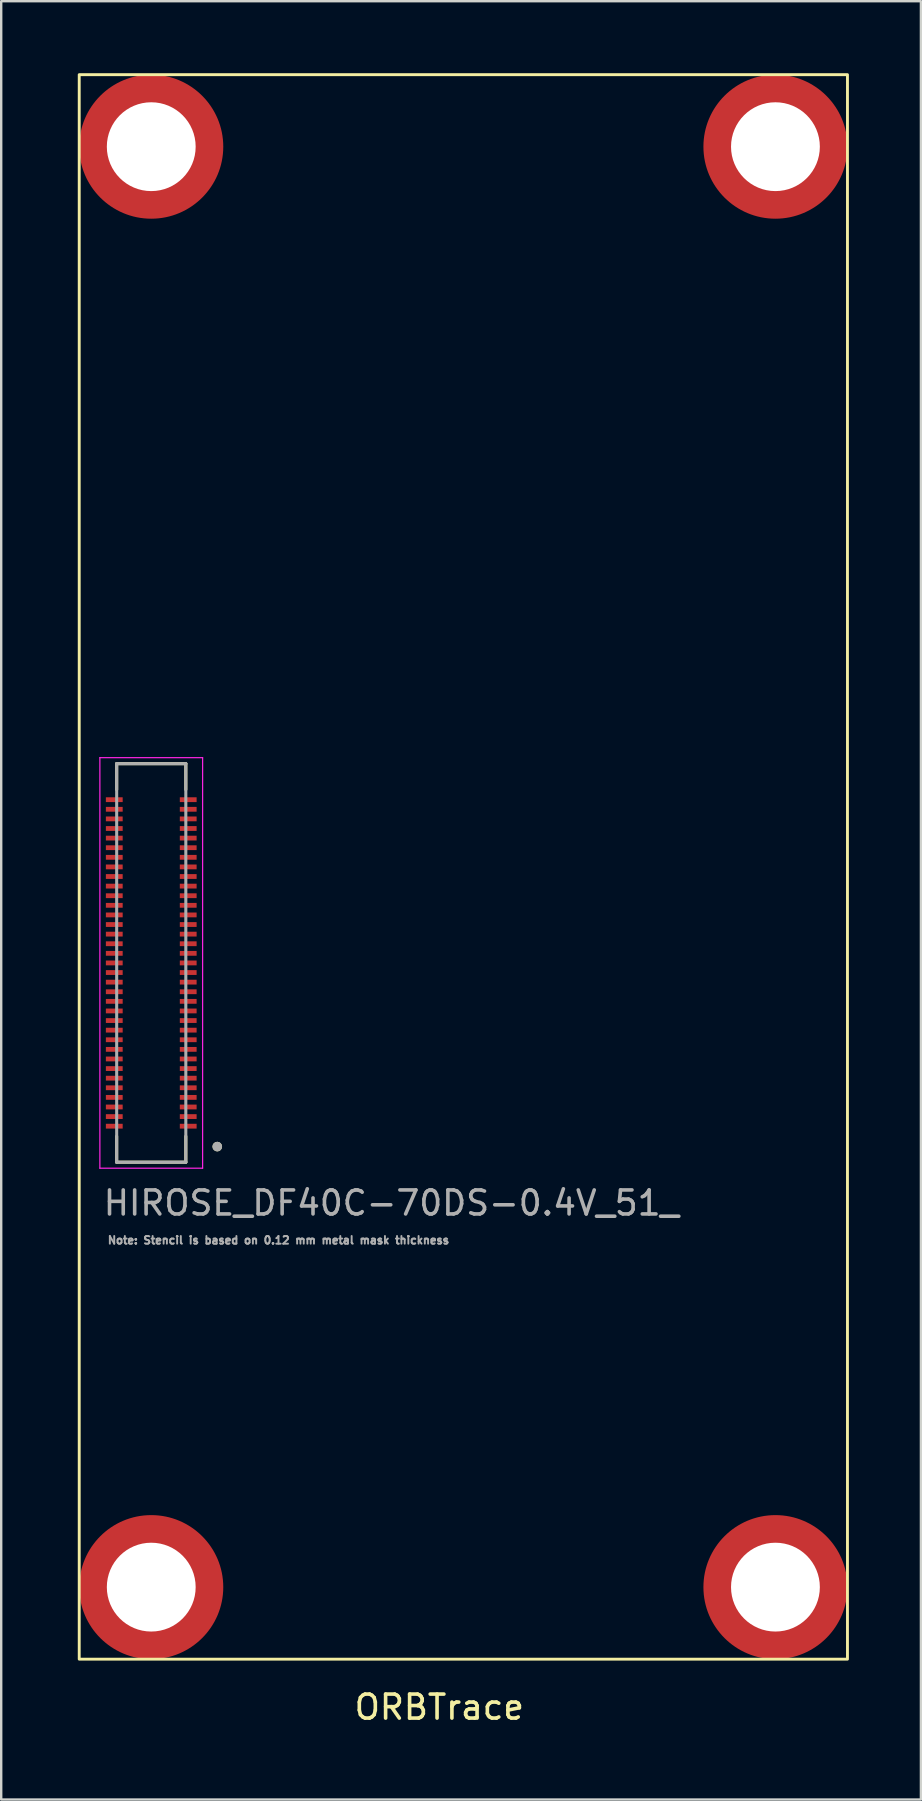
<source format=kicad_pcb>
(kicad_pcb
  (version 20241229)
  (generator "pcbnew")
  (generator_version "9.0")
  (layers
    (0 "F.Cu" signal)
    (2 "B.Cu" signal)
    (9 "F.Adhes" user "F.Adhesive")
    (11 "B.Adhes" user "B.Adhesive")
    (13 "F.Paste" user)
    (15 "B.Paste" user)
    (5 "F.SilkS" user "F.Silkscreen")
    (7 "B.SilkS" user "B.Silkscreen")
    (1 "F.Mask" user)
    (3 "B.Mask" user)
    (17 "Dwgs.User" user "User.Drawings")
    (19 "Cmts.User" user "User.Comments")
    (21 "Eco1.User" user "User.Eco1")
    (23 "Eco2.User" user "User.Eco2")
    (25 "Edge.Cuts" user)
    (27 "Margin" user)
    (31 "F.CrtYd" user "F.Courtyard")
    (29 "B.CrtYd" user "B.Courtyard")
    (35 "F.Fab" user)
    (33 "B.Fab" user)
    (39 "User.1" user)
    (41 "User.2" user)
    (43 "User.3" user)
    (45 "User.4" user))
  (footprint "ORBTrace"
    (layer "F.Cu")
    (at 0.25 66.06)
    (property "Reference" "ORBTrace" (at 15 2 0) (layer "F.SilkS") (effects (font (size 1 1) (thickness 0.15))))
    (attr through_hole)
    (fp_line (start 1.56 -37.3) (end 1.56 -36.22) (stroke (width 0.127) (type solid)) (layer "F.SilkS"))
    (fp_line (start 1.56 -21.78) (end 1.56 -20.7) (stroke (width 0.127) (type solid)) (layer "F.SilkS"))
    (fp_line (start 1.56 -20.7) (end 4.44 -20.7) (stroke (width 0.127) (type solid)) (layer "F.SilkS"))
    (fp_line (start 4.44 -37.3) (end 1.56 -37.3) (stroke (width 0.127) (type solid)) (layer "F.SilkS"))
    (fp_line (start 4.44 -36.22) (end 4.44 -37.3) (stroke (width 0.127) (type solid)) (layer "F.SilkS"))
    (fp_line (start 4.44 -20.7) (end 4.44 -21.78) (stroke (width 0.127) (type solid)) (layer "F.SilkS"))
    (fp_rect (start 0 -66) (end 32 0) (stroke (width 0.12) (type solid)) (fill no) (layer "F.SilkS"))
    (fp_circle (center 5.75 -21.35) (end 5.65 -21.35) (stroke (width 0.2) (type solid)) (fill no) (layer "F.SilkS"))
    (fp_poly (pts (xy 1.18 -35.72) (xy 1.18 -35.88) (xy 1.74 -35.88) (xy 1.74 -35.72)) (stroke (width 0.01) (type solid)) (fill yes) (layer "F.Paste"))
    (fp_poly (pts (xy 1.18 -35.32) (xy 1.18 -35.48) (xy 1.74 -35.48) (xy 1.74 -35.32)) (stroke (width 0.01) (type solid)) (fill yes) (layer "F.Paste"))
    (fp_poly (pts (xy 1.18 -34.92) (xy 1.18 -35.08) (xy 1.74 -35.08) (xy 1.74 -34.92)) (stroke (width 0.01) (type solid)) (fill yes) (layer "F.Paste"))
    (fp_poly (pts (xy 1.18 -34.52) (xy 1.18 -34.68) (xy 1.74 -34.68) (xy 1.74 -34.52)) (stroke (width 0.01) (type solid)) (fill yes) (layer "F.Paste"))
    (fp_poly (pts (xy 1.18 -34.12) (xy 1.18 -34.28) (xy 1.74 -34.28) (xy 1.74 -34.12)) (stroke (width 0.01) (type solid)) (fill yes) (layer "F.Paste"))
    (fp_poly (pts (xy 1.18 -33.72) (xy 1.18 -33.88) (xy 1.74 -33.88) (xy 1.74 -33.72)) (stroke (width 0.01) (type solid)) (fill yes) (layer "F.Paste"))
    (fp_poly (pts (xy 1.18 -33.32) (xy 1.18 -33.48) (xy 1.74 -33.48) (xy 1.74 -33.32)) (stroke (width 0.01) (type solid)) (fill yes) (layer "F.Paste"))
    (fp_poly (pts (xy 1.18 -32.92) (xy 1.18 -33.08) (xy 1.74 -33.08) (xy 1.74 -32.92)) (stroke (width 0.01) (type solid)) (fill yes) (layer "F.Paste"))
    (fp_poly (pts (xy 1.18 -32.52) (xy 1.18 -32.68) (xy 1.74 -32.68) (xy 1.74 -32.52)) (stroke (width 0.01) (type solid)) (fill yes) (layer "F.Paste"))
    (fp_poly (pts (xy 1.18 -32.12) (xy 1.18 -32.28) (xy 1.74 -32.28) (xy 1.74 -32.12)) (stroke (width 0.01) (type solid)) (fill yes) (layer "F.Paste"))
    (fp_poly (pts (xy 1.18 -31.72) (xy 1.18 -31.88) (xy 1.74 -31.88) (xy 1.74 -31.72)) (stroke (width 0.01) (type solid)) (fill yes) (layer "F.Paste"))
    (fp_poly (pts (xy 1.18 -31.32) (xy 1.18 -31.48) (xy 1.74 -31.48) (xy 1.74 -31.32)) (stroke (width 0.01) (type solid)) (fill yes) (layer "F.Paste"))
    (fp_poly (pts (xy 1.18 -30.92) (xy 1.18 -31.08) (xy 1.74 -31.08) (xy 1.74 -30.92)) (stroke (width 0.01) (type solid)) (fill yes) (layer "F.Paste"))
    (fp_poly (pts (xy 1.18 -30.52) (xy 1.18 -30.68) (xy 1.74 -30.68) (xy 1.74 -30.52)) (stroke (width 0.01) (type solid)) (fill yes) (layer "F.Paste"))
    (fp_poly (pts (xy 1.18 -30.12) (xy 1.18 -30.28) (xy 1.74 -30.28) (xy 1.74 -30.12)) (stroke (width 0.01) (type solid)) (fill yes) (layer "F.Paste"))
    (fp_poly (pts (xy 1.18 -29.72) (xy 1.18 -29.88) (xy 1.74 -29.88) (xy 1.74 -29.72)) (stroke (width 0.01) (type solid)) (fill yes) (layer "F.Paste"))
    (fp_poly (pts (xy 1.18 -29.32) (xy 1.18 -29.48) (xy 1.74 -29.48) (xy 1.74 -29.32)) (stroke (width 0.01) (type solid)) (fill yes) (layer "F.Paste"))
    (fp_poly (pts (xy 1.18 -28.92) (xy 1.18 -29.08) (xy 1.74 -29.08) (xy 1.74 -28.92)) (stroke (width 0.01) (type solid)) (fill yes) (layer "F.Paste"))
    (fp_poly (pts (xy 1.18 -28.52) (xy 1.18 -28.68) (xy 1.74 -28.68) (xy 1.74 -28.52)) (stroke (width 0.01) (type solid)) (fill yes) (layer "F.Paste"))
    (fp_poly (pts (xy 1.18 -28.12) (xy 1.18 -28.28) (xy 1.74 -28.28) (xy 1.74 -28.12)) (stroke (width 0.01) (type solid)) (fill yes) (layer "F.Paste"))
    (fp_poly (pts (xy 1.18 -27.72) (xy 1.18 -27.88) (xy 1.74 -27.88) (xy 1.74 -27.72)) (stroke (width 0.01) (type solid)) (fill yes) (layer "F.Paste"))
    (fp_poly (pts (xy 1.18 -27.32) (xy 1.18 -27.48) (xy 1.74 -27.48) (xy 1.74 -27.32)) (stroke (width 0.01) (type solid)) (fill yes) (layer "F.Paste"))
    (fp_poly (pts (xy 1.18 -26.92) (xy 1.18 -27.08) (xy 1.74 -27.08) (xy 1.74 -26.92)) (stroke (width 0.01) (type solid)) (fill yes) (layer "F.Paste"))
    (fp_poly (pts (xy 1.18 -26.52) (xy 1.18 -26.68) (xy 1.74 -26.68) (xy 1.74 -26.52)) (stroke (width 0.01) (type solid)) (fill yes) (layer "F.Paste"))
    (fp_poly (pts (xy 1.18 -26.12) (xy 1.18 -26.28) (xy 1.74 -26.28) (xy 1.74 -26.12)) (stroke (width 0.01) (type solid)) (fill yes) (layer "F.Paste"))
    (fp_poly (pts (xy 1.18 -25.72) (xy 1.18 -25.88) (xy 1.74 -25.88) (xy 1.74 -25.72)) (stroke (width 0.01) (type solid)) (fill yes) (layer "F.Paste"))
    (fp_poly (pts (xy 1.18 -25.32) (xy 1.18 -25.48) (xy 1.74 -25.48) (xy 1.74 -25.32)) (stroke (width 0.01) (type solid)) (fill yes) (layer "F.Paste"))
    (fp_poly (pts (xy 1.18 -24.92) (xy 1.18 -25.08) (xy 1.74 -25.08) (xy 1.74 -24.92)) (stroke (width 0.01) (type solid)) (fill yes) (layer "F.Paste"))
    (fp_poly (pts (xy 1.18 -24.52) (xy 1.18 -24.68) (xy 1.74 -24.68) (xy 1.74 -24.52)) (stroke (width 0.01) (type solid)) (fill yes) (layer "F.Paste"))
    (fp_poly (pts (xy 1.18 -24.12) (xy 1.18 -24.28) (xy 1.74 -24.28) (xy 1.74 -24.12)) (stroke (width 0.01) (type solid)) (fill yes) (layer "F.Paste"))
    (fp_poly (pts (xy 1.18 -23.72) (xy 1.18 -23.88) (xy 1.74 -23.88) (xy 1.74 -23.72)) (stroke (width 0.01) (type solid)) (fill yes) (layer "F.Paste"))
    (fp_poly (pts (xy 1.18 -23.32) (xy 1.18 -23.48) (xy 1.74 -23.48) (xy 1.74 -23.32)) (stroke (width 0.01) (type solid)) (fill yes) (layer "F.Paste"))
    (fp_poly (pts (xy 1.18 -22.92) (xy 1.18 -23.08) (xy 1.74 -23.08) (xy 1.74 -22.92)) (stroke (width 0.01) (type solid)) (fill yes) (layer "F.Paste"))
    (fp_poly (pts (xy 1.18 -22.52) (xy 1.18 -22.68) (xy 1.74 -22.68) (xy 1.74 -22.52)) (stroke (width 0.01) (type solid)) (fill yes) (layer "F.Paste"))
    (fp_poly (pts (xy 1.18 -22.12) (xy 1.18 -22.28) (xy 1.74 -22.28) (xy 1.74 -22.12)) (stroke (width 0.01) (type solid)) (fill yes) (layer "F.Paste"))
    (fp_poly (pts (xy 4.26 -35.72) (xy 4.26 -35.88) (xy 4.82 -35.88) (xy 4.82 -35.72)) (stroke (width 0.01) (type solid)) (fill yes) (layer "F.Paste"))
    (fp_poly (pts (xy 4.26 -35.32) (xy 4.26 -35.48) (xy 4.82 -35.48) (xy 4.82 -35.32)) (stroke (width 0.01) (type solid)) (fill yes) (layer "F.Paste"))
    (fp_poly (pts (xy 4.26 -34.92) (xy 4.26 -35.08) (xy 4.82 -35.08) (xy 4.82 -34.92)) (stroke (width 0.01) (type solid)) (fill yes) (layer "F.Paste"))
    (fp_poly (pts (xy 4.26 -34.52) (xy 4.26 -34.68) (xy 4.82 -34.68) (xy 4.82 -34.52)) (stroke (width 0.01) (type solid)) (fill yes) (layer "F.Paste"))
    (fp_poly (pts (xy 4.26 -34.12) (xy 4.26 -34.28) (xy 4.82 -34.28) (xy 4.82 -34.12)) (stroke (width 0.01) (type solid)) (fill yes) (layer "F.Paste"))
    (fp_poly (pts (xy 4.26 -33.72) (xy 4.26 -33.88) (xy 4.82 -33.88) (xy 4.82 -33.72)) (stroke (width 0.01) (type solid)) (fill yes) (layer "F.Paste"))
    (fp_poly (pts (xy 4.26 -33.32) (xy 4.26 -33.48) (xy 4.82 -33.48) (xy 4.82 -33.32)) (stroke (width 0.01) (type solid)) (fill yes) (layer "F.Paste"))
    (fp_poly (pts (xy 4.26 -32.92) (xy 4.26 -33.08) (xy 4.82 -33.08) (xy 4.82 -32.92)) (stroke (width 0.01) (type solid)) (fill yes) (layer "F.Paste"))
    (fp_poly (pts (xy 4.26 -32.52) (xy 4.26 -32.68) (xy 4.82 -32.68) (xy 4.82 -32.52)) (stroke (width 0.01) (type solid)) (fill yes) (layer "F.Paste"))
    (fp_poly (pts (xy 4.26 -32.12) (xy 4.26 -32.28) (xy 4.82 -32.28) (xy 4.82 -32.12)) (stroke (width 0.01) (type solid)) (fill yes) (layer "F.Paste"))
    (fp_poly (pts (xy 4.26 -31.72) (xy 4.26 -31.88) (xy 4.82 -31.88) (xy 4.82 -31.72)) (stroke (width 0.01) (type solid)) (fill yes) (layer "F.Paste"))
    (fp_poly (pts (xy 4.26 -31.32) (xy 4.26 -31.48) (xy 4.82 -31.48) (xy 4.82 -31.32)) (stroke (width 0.01) (type solid)) (fill yes) (layer "F.Paste"))
    (fp_poly (pts (xy 4.26 -30.92) (xy 4.26 -31.08) (xy 4.82 -31.08) (xy 4.82 -30.92)) (stroke (width 0.01) (type solid)) (fill yes) (layer "F.Paste"))
    (fp_poly (pts (xy 4.26 -30.52) (xy 4.26 -30.68) (xy 4.82 -30.68) (xy 4.82 -30.52)) (stroke (width 0.01) (type solid)) (fill yes) (layer "F.Paste"))
    (fp_poly (pts (xy 4.26 -30.12) (xy 4.26 -30.28) (xy 4.82 -30.28) (xy 4.82 -30.12)) (stroke (width 0.01) (type solid)) (fill yes) (layer "F.Paste"))
    (fp_poly (pts (xy 4.26 -29.72) (xy 4.26 -29.88) (xy 4.82 -29.88) (xy 4.82 -29.72)) (stroke (width 0.01) (type solid)) (fill yes) (layer "F.Paste"))
    (fp_poly (pts (xy 4.26 -29.32) (xy 4.26 -29.48) (xy 4.82 -29.48) (xy 4.82 -29.32)) (stroke (width 0.01) (type solid)) (fill yes) (layer "F.Paste"))
    (fp_poly (pts (xy 4.26 -28.92) (xy 4.26 -29.08) (xy 4.82 -29.08) (xy 4.82 -28.92)) (stroke (width 0.01) (type solid)) (fill yes) (layer "F.Paste"))
    (fp_poly (pts (xy 4.26 -28.52) (xy 4.26 -28.68) (xy 4.82 -28.68) (xy 4.82 -28.52)) (stroke (width 0.01) (type solid)) (fill yes) (layer "F.Paste"))
    (fp_poly (pts (xy 4.26 -28.12) (xy 4.26 -28.28) (xy 4.82 -28.28) (xy 4.82 -28.12)) (stroke (width 0.01) (type solid)) (fill yes) (layer "F.Paste"))
    (fp_poly (pts (xy 4.26 -27.72) (xy 4.26 -27.88) (xy 4.82 -27.88) (xy 4.82 -27.72)) (stroke (width 0.01) (type solid)) (fill yes) (layer "F.Paste"))
    (fp_poly (pts (xy 4.26 -27.32) (xy 4.26 -27.48) (xy 4.82 -27.48) (xy 4.82 -27.32)) (stroke (width 0.01) (type solid)) (fill yes) (layer "F.Paste"))
    (fp_poly (pts (xy 4.26 -26.92) (xy 4.26 -27.08) (xy 4.82 -27.08) (xy 4.82 -26.92)) (stroke (width 0.01) (type solid)) (fill yes) (layer "F.Paste"))
    (fp_poly (pts (xy 4.26 -26.52) (xy 4.26 -26.68) (xy 4.82 -26.68) (xy 4.82 -26.52)) (stroke (width 0.01) (type solid)) (fill yes) (layer "F.Paste"))
    (fp_poly (pts (xy 4.26 -26.12) (xy 4.26 -26.28) (xy 4.82 -26.28) (xy 4.82 -26.12)) (stroke (width 0.01) (type solid)) (fill yes) (layer "F.Paste"))
    (fp_poly (pts (xy 4.26 -25.72) (xy 4.26 -25.88) (xy 4.82 -25.88) (xy 4.82 -25.72)) (stroke (width 0.01) (type solid)) (fill yes) (layer "F.Paste"))
    (fp_poly (pts (xy 4.26 -25.32) (xy 4.26 -25.48) (xy 4.82 -25.48) (xy 4.82 -25.32)) (stroke (width 0.01) (type solid)) (fill yes) (layer "F.Paste"))
    (fp_poly (pts (xy 4.26 -24.92) (xy 4.26 -25.08) (xy 4.82 -25.08) (xy 4.82 -24.92)) (stroke (width 0.01) (type solid)) (fill yes) (layer "F.Paste"))
    (fp_poly (pts (xy 4.26 -24.52) (xy 4.26 -24.68) (xy 4.82 -24.68) (xy 4.82 -24.52)) (stroke (width 0.01) (type solid)) (fill yes) (layer "F.Paste"))
    (fp_poly (pts (xy 4.26 -24.12) (xy 4.26 -24.28) (xy 4.82 -24.28) (xy 4.82 -24.12)) (stroke (width 0.01) (type solid)) (fill yes) (layer "F.Paste"))
    (fp_poly (pts (xy 4.26 -23.72) (xy 4.26 -23.88) (xy 4.82 -23.88) (xy 4.82 -23.72)) (stroke (width 0.01) (type solid)) (fill yes) (layer "F.Paste"))
    (fp_poly (pts (xy 4.26 -23.32) (xy 4.26 -23.48) (xy 4.82 -23.48) (xy 4.82 -23.32)) (stroke (width 0.01) (type solid)) (fill yes) (layer "F.Paste"))
    (fp_poly (pts (xy 4.26 -22.92) (xy 4.26 -23.08) (xy 4.82 -23.08) (xy 4.82 -22.92)) (stroke (width 0.01) (type solid)) (fill yes) (layer "F.Paste"))
    (fp_poly (pts (xy 4.26 -22.52) (xy 4.26 -22.68) (xy 4.82 -22.68) (xy 4.82 -22.52)) (stroke (width 0.01) (type solid)) (fill yes) (layer "F.Paste"))
    (fp_poly (pts (xy 4.26 -22.12) (xy 4.26 -22.28) (xy 4.82 -22.28) (xy 4.82 -22.12)) (stroke (width 0.01) (type solid)) (fill yes) (layer "F.Paste"))
    (fp_line (start 0.86 -37.55) (end 0.86 -20.45) (stroke (width 0.05) (type solid)) (layer "F.CrtYd"))
    (fp_line (start 0.86 -20.45) (end 5.14 -20.45) (stroke (width 0.05) (type solid)) (layer "F.CrtYd"))
    (fp_line (start 5.14 -37.55) (end 0.86 -37.55) (stroke (width 0.05) (type solid)) (layer "F.CrtYd"))
    (fp_line (start 5.14 -20.45) (end 5.14 -37.55) (stroke (width 0.05) (type solid)) (layer "F.CrtYd"))
    (fp_line (start 1.56 -37.3) (end 1.56 -20.7) (stroke (width 0.127) (type solid)) (layer "F.Fab"))
    (fp_line (start 1.56 -20.7) (end 4.44 -20.7) (stroke (width 0.127) (type solid)) (layer "F.Fab"))
    (fp_line (start 4.44 -37.3) (end 1.56 -37.3) (stroke (width 0.127) (type solid)) (layer "F.Fab"))
    (fp_line (start 4.44 -20.7) (end 4.44 -37.3) (stroke (width 0.127) (type solid)) (layer "F.Fab"))
    (fp_circle (center 5.75 -21.35) (end 5.65 -21.35) (stroke (width 0.2) (type solid)) (fill no) (layer "F.Fab"))
    (fp_text user "Note: Stencil is based on 0.12 mm metal mask thickness" (at 8.3 -17.45 0) (layer "F.Fab") (effects (font (size 0.32 0.32) (thickness 0.15))))
    (fp_text user "HIROSE_DF40C-70DS-0.4V_51_" (at 13 -19 0) (unlocked yes) (layer "F.Fab") (effects (font (size 1 1) (thickness 0.15))))
    (pad "" smd custom (at 1.28 -64.72) (size 0.7 0.7) (layers "F.Paste") (options (anchor circle)) (primitives (gr_arc (start -0.314399 1.423011) (mid 0.262113 0.268203) (end 1.414488 -0.313156) (width 0.16666)) (gr_arc (start -0.398552 1.423011) (mid 0.203808 0.208656) (end 1.416221 -0.397603) (width 0.16666)) (gr_arc (start -0.482641 1.423011) (mid 0.14487 0.14975) (end 1.416172 -0.481722) (width 0.16666)) (gr_arc (start -0.566675 1.423011) (mid 0.086551 0.090221) (end 1.417864 -0.566011) (width 0.16666)) (gr_arc (start -0.650659 1.423011) (mid 0.027385 0.031542) (end 1.417178 -0.649932) (width 0.16666)) (gr_arc (start -0.734599 1.423011) (mid -0.034301 -0.024608) (end 1.409403 -0.732942) (width 0.16666)) (gr_arc (start -0.818498 1.423011) (mid -0.09097 -0.085796) (end 1.415743 -0.817651) (width 0.16666)) (gr_arc (start -0.902361 1.423011) (mid -0.15026 -0.144351) (end 1.414708 -0.901421) (width 0.16666)) (gr_arc (start -0.986191 1.423011) (mid -0.21248 -0.199961) (end 1.405416 -0.984233) (width 0.16666)) (gr_arc (start -1.069991 1.423011) (mid -0.267601 -0.262704) (end 1.416124 -1.069259) (width 0.16666)) (gr_line (start 1.423 -0.314) (end 1.423 -1.07) (width 0.167)) (gr_line (start -0.314 1.423) (end -1.07 1.423) (width 0.167))))
    (pad "" smd custom (at 1.28 -4.72) (size 0.7 0.7) (layers "F.Paste") (options (anchor circle)) (primitives (gr_arc (start -0.314399 1.423011) (mid 0.262113 0.268203) (end 1.414488 -0.313156) (width 0.16666)) (gr_arc (start -0.398552 1.423011) (mid 0.203808 0.208656) (end 1.416221 -0.397603) (width 0.16666)) (gr_arc (start -0.482641 1.423011) (mid 0.14487 0.14975) (end 1.416172 -0.481722) (width 0.16666)) (gr_arc (start -0.566675 1.423011) (mid 0.086551 0.090221) (end 1.417864 -0.566011) (width 0.16666)) (gr_arc (start -0.650659 1.423011) (mid 0.027385 0.031542) (end 1.417178 -0.649932) (width 0.16666)) (gr_arc (start -0.734599 1.423011) (mid -0.034301 -0.024608) (end 1.409403 -0.732942) (width 0.16666)) (gr_arc (start -0.818498 1.423011) (mid -0.09097 -0.085796) (end 1.415743 -0.817651) (width 0.16666)) (gr_arc (start -0.902361 1.423011) (mid -0.15026 -0.144351) (end 1.414708 -0.901421) (width 0.16666)) (gr_arc (start -0.986191 1.423011) (mid -0.21248 -0.199961) (end 1.405416 -0.984233) (width 0.16666)) (gr_arc (start -1.069991 1.423011) (mid -0.267601 -0.262704) (end 1.416124 -1.069259) (width 0.16666)) (gr_line (start 1.423 -0.314) (end 1.423 -1.07) (width 0.167)) (gr_line (start -0.314 1.423) (end -1.07 1.423) (width 0.167))))
    (pad "" smd custom (at 1.3 -61.28 90) (size 0.7 0.7) (layers "F.Paste") (options (anchor circle)) (primitives (gr_arc (start -0.314399 1.423011) (mid 0.260852 0.26947) (end 1.410951 -0.31263) (width 0.16666)) (gr_arc (start -0.398552 1.423011) (mid 0.203806 0.208657) (end 1.416217 -0.397603) (width 0.16666)) (gr_arc (start -0.482641 1.423011) (mid 0.14487 0.14975) (end 1.416171 -0.481721) (width 0.16666)) (gr_arc (start -0.566675 1.423011) (mid 0.085134 0.091642) (end 1.413884 -0.56549) (width 0.16666)) (gr_arc (start -0.650659 1.423011) (mid 0.027385 0.031542) (end 1.417178 -0.649932) (width 0.16666)) (gr_arc (start -0.734599 1.423011) (mid -0.035817 -0.023081) (end 1.405134 -0.732404) (width 0.16666)) (gr_arc (start -0.818498 1.423011) (mid -0.09097 -0.085796) (end 1.415743 -0.817651) (width 0.16666)) (gr_arc (start -0.902361 1.423011) (mid -0.150262 -0.14435) (end 1.414704 -0.901421) (width 0.16666)) (gr_arc (start -0.986191 1.423011) (mid -0.21248 -0.199961) (end 1.405416 -0.984233) (width 0.16666)) (gr_arc (start -1.069991 1.423011) (mid -0.267602 -0.262703) (end 1.416122 -1.069259) (width 0.16666)) (gr_line (start 1.423 -0.314) (end 1.423 -1.07) (width 0.167)) (gr_line (start -0.314 1.423) (end -1.07 1.423) (width 0.167))))
    (pad "" smd custom (at 1.3 -1.28 90) (size 0.7 0.7) (layers "F.Paste") (options (anchor circle)) (primitives (gr_arc (start -0.314399 1.423011) (mid 0.260852 0.26947) (end 1.410951 -0.31263) (width 0.16666)) (gr_arc (start -0.398552 1.423011) (mid 0.203806 0.208657) (end 1.416217 -0.397603) (width 0.16666)) (gr_arc (start -0.482641 1.423011) (mid 0.14487 0.14975) (end 1.416171 -0.481721) (width 0.16666)) (gr_arc (start -0.566675 1.423011) (mid 0.085134 0.091642) (end 1.413884 -0.56549) (width 0.16666)) (gr_arc (start -0.650659 1.423011) (mid 0.027385 0.031542) (end 1.417178 -0.649932) (width 0.16666)) (gr_arc (start -0.734599 1.423011) (mid -0.035817 -0.023081) (end 1.405134 -0.732404) (width 0.16666)) (gr_arc (start -0.818498 1.423011) (mid -0.09097 -0.085796) (end 1.415743 -0.817651) (width 0.16666)) (gr_arc (start -0.902361 1.423011) (mid -0.150262 -0.14435) (end 1.414704 -0.901421) (width 0.16666)) (gr_arc (start -0.986191 1.423011) (mid -0.21248 -0.199961) (end 1.405416 -0.984233) (width 0.16666)) (gr_arc (start -1.069991 1.423011) (mid -0.267602 -0.262703) (end 1.416122 -1.069259) (width 0.16666)) (gr_line (start 1.423 -0.314) (end 1.423 -1.07) (width 0.167)) (gr_line (start -0.314 1.423) (end -1.07 1.423) (width 0.167))))
    (pad "" np_thru_hole circle (at 3 -63) (size 6 6) (drill 3.7) (layers "F.Cu" "F.Mask"))
    (pad "" np_thru_hole circle (at 3 -3) (size 6 6) (drill 3.7) (layers "F.Cu" "F.Mask"))
    (pad "" smd custom (at 4.7 -61.3 180) (size 0.7 0.7) (layers "F.Paste") (options (anchor circle)) (primitives (gr_arc (start -0.314399 1.423011) (mid 0.260852 0.26947) (end 1.410951 -0.31263) (width 0.16666)) (gr_arc (start -0.398552 1.423011) (mid 0.203806 0.208657) (end 1.416217 -0.397603) (width 0.16666)) (gr_arc (start -0.482641 1.423011) (mid 0.14487 0.14975) (end 1.416171 -0.481721) (width 0.16666)) (gr_arc (start -0.566675 1.423011) (mid 0.085134 0.091642) (end 1.413884 -0.56549) (width 0.16666)) (gr_arc (start -0.650659 1.423011) (mid 0.027385 0.031542) (end 1.417178 -0.649932) (width 0.16666)) (gr_arc (start -0.734599 1.423011) (mid -0.035817 -0.023081) (end 1.405134 -0.732404) (width 0.16666)) (gr_arc (start -0.818498 1.423011) (mid -0.09097 -0.085796) (end 1.415743 -0.817651) (width 0.16666)) (gr_arc (start -0.902361 1.423011) (mid -0.150262 -0.14435) (end 1.414704 -0.901421) (width 0.16666)) (gr_arc (start -0.986191 1.423011) (mid -0.21248 -0.199961) (end 1.405416 -0.984233) (width 0.16666)) (gr_arc (start -1.069991 1.423011) (mid -0.267602 -0.262703) (end 1.416122 -1.069259) (width 0.16666)) (gr_line (start 1.423 -0.314) (end 1.423 -1.07) (width 0.167)) (gr_line (start -0.314 1.423) (end -1.07 1.423) (width 0.167))))
    (pad "" smd custom (at 4.7 -1.3 180) (size 0.7 0.7) (layers "F.Paste") (options (anchor circle)) (primitives (gr_arc (start -0.314399 1.423011) (mid 0.260852 0.26947) (end 1.410951 -0.31263) (width 0.16666)) (gr_arc (start -0.398552 1.423011) (mid 0.203806 0.208657) (end 1.416217 -0.397603) (width 0.16666)) (gr_arc (start -0.482641 1.423011) (mid 0.14487 0.14975) (end 1.416171 -0.481721) (width 0.16666)) (gr_arc (start -0.566675 1.423011) (mid 0.085134 0.091642) (end 1.413884 -0.56549) (width 0.16666)) (gr_arc (start -0.650659 1.423011) (mid 0.027385 0.031542) (end 1.417178 -0.649932) (width 0.16666)) (gr_arc (start -0.734599 1.423011) (mid -0.035817 -0.023081) (end 1.405134 -0.732404) (width 0.16666)) (gr_arc (start -0.818498 1.423011) (mid -0.09097 -0.085796) (end 1.415743 -0.817651) (width 0.16666)) (gr_arc (start -0.902361 1.423011) (mid -0.150262 -0.14435) (end 1.414704 -0.901421) (width 0.16666)) (gr_arc (start -0.986191 1.423011) (mid -0.21248 -0.199961) (end 1.405416 -0.984233) (width 0.16666)) (gr_arc (start -1.069991 1.423011) (mid -0.267602 -0.262703) (end 1.416122 -1.069259) (width 0.16666)) (gr_line (start 1.423 -0.314) (end 1.423 -1.07) (width 0.167)) (gr_line (start -0.314 1.423) (end -1.07 1.423) (width 0.167))))
    (pad "" smd custom (at 4.73 -64.7 270) (size 0.7 0.7) (layers "F.Paste") (options (anchor circle)) (primitives (gr_arc (start -0.314399 1.423011) (mid 0.260852 0.26947) (end 1.410951 -0.31263) (width 0.16666)) (gr_arc (start -0.398552 1.423011) (mid 0.203806 0.208657) (end 1.416217 -0.397603) (width 0.16666)) (gr_arc (start -0.482641 1.423011) (mid 0.14487 0.14975) (end 1.416171 -0.481721) (width 0.16666)) (gr_arc (start -0.566675 1.423011) (mid 0.085134 0.091642) (end 1.413884 -0.56549) (width 0.16666)) (gr_arc (start -0.650659 1.423011) (mid 0.027385 0.031542) (end 1.417178 -0.649932) (width 0.16666)) (gr_arc (start -0.734599 1.423011) (mid -0.035817 -0.023081) (end 1.405134 -0.732404) (width 0.16666)) (gr_arc (start -0.818498 1.423011) (mid -0.09097 -0.085796) (end 1.415743 -0.817651) (width 0.16666)) (gr_arc (start -0.902361 1.423011) (mid -0.150262 -0.14435) (end 1.414704 -0.901421) (width 0.16666)) (gr_arc (start -0.986191 1.423011) (mid -0.21248 -0.199961) (end 1.405416 -0.984233) (width 0.16666)) (gr_arc (start -1.069991 1.423011) (mid -0.267602 -0.262703) (end 1.416122 -1.069259) (width 0.16666)) (gr_line (start 1.423 -0.314) (end 1.423 -1.07) (width 0.167)) (gr_line (start -0.314 1.423) (end -1.07 1.423) (width 0.167))))
    (pad "" smd custom (at 4.73 -4.7 270) (size 0.7 0.7) (layers "F.Paste") (options (anchor circle)) (primitives (gr_arc (start -0.314399 1.423011) (mid 0.260852 0.26947) (end 1.410951 -0.31263) (width 0.16666)) (gr_arc (start -0.398552 1.423011) (mid 0.203806 0.208657) (end 1.416217 -0.397603) (width 0.16666)) (gr_arc (start -0.482641 1.423011) (mid 0.14487 0.14975) (end 1.416171 -0.481721) (width 0.16666)) (gr_arc (start -0.566675 1.423011) (mid 0.085134 0.091642) (end 1.413884 -0.56549) (width 0.16666)) (gr_arc (start -0.650659 1.423011) (mid 0.027385 0.031542) (end 1.417178 -0.649932) (width 0.16666)) (gr_arc (start -0.734599 1.423011) (mid -0.035817 -0.023081) (end 1.405134 -0.732404) (width 0.16666)) (gr_arc (start -0.818498 1.423011) (mid -0.09097 -0.085796) (end 1.415743 -0.817651) (width 0.16666)) (gr_arc (start -0.902361 1.423011) (mid -0.150262 -0.14435) (end 1.414704 -0.901421) (width 0.16666)) (gr_arc (start -0.986191 1.423011) (mid -0.21248 -0.199961) (end 1.405416 -0.984233) (width 0.16666)) (gr_arc (start -1.069991 1.423011) (mid -0.267602 -0.262703) (end 1.416122 -1.069259) (width 0.16666)) (gr_line (start 1.423 -0.314) (end 1.423 -1.07) (width 0.167)) (gr_line (start -0.314 1.423) (end -1.07 1.423) (width 0.167))))
    (pad "" smd custom (at 27.28 -64.72) (size 0.7 0.7) (layers "F.Paste") (options (anchor circle)) (primitives (gr_arc (start -0.314399 1.423011) (mid 0.262113 0.268203) (end 1.414488 -0.313156) (width 0.16666)) (gr_arc (start -0.398552 1.423011) (mid 0.203808 0.208656) (end 1.416221 -0.397603) (width 0.16666)) (gr_arc (start -0.482641 1.423011) (mid 0.14487 0.14975) (end 1.416172 -0.481722) (width 0.16666)) (gr_arc (start -0.566675 1.423011) (mid 0.086551 0.090221) (end 1.417864 -0.566011) (width 0.16666)) (gr_arc (start -0.650659 1.423011) (mid 0.027385 0.031542) (end 1.417178 -0.649932) (width 0.16666)) (gr_arc (start -0.734599 1.423011) (mid -0.034301 -0.024608) (end 1.409403 -0.732942) (width 0.16666)) (gr_arc (start -0.818498 1.423011) (mid -0.09097 -0.085796) (end 1.415743 -0.817651) (width 0.16666)) (gr_arc (start -0.902361 1.423011) (mid -0.15026 -0.144351) (end 1.414708 -0.901421) (width 0.16666)) (gr_arc (start -0.986191 1.423011) (mid -0.21248 -0.199961) (end 1.405416 -0.984233) (width 0.16666)) (gr_arc (start -1.069991 1.423011) (mid -0.267601 -0.262704) (end 1.416124 -1.069259) (width 0.16666)) (gr_line (start 1.423 -0.314) (end 1.423 -1.07) (width 0.167)) (gr_line (start -0.314 1.423) (end -1.07 1.423) (width 0.167))))
    (pad "" smd custom (at 27.28 -4.72) (size 0.7 0.7) (layers "F.Paste") (options (anchor circle)) (primitives (gr_arc (start -0.314399 1.423011) (mid 0.262113 0.268203) (end 1.414488 -0.313156) (width 0.16666)) (gr_arc (start -0.398552 1.423011) (mid 0.203808 0.208656) (end 1.416221 -0.397603) (width 0.16666)) (gr_arc (start -0.482641 1.423011) (mid 0.14487 0.14975) (end 1.416172 -0.481722) (width 0.16666)) (gr_arc (start -0.566675 1.423011) (mid 0.086551 0.090221) (end 1.417864 -0.566011) (width 0.16666)) (gr_arc (start -0.650659 1.423011) (mid 0.027385 0.031542) (end 1.417178 -0.649932) (width 0.16666)) (gr_arc (start -0.734599 1.423011) (mid -0.034301 -0.024608) (end 1.409403 -0.732942) (width 0.16666)) (gr_arc (start -0.818498 1.423011) (mid -0.09097 -0.085796) (end 1.415743 -0.817651) (width 0.16666)) (gr_arc (start -0.902361 1.423011) (mid -0.15026 -0.144351) (end 1.414708 -0.901421) (width 0.16666)) (gr_arc (start -0.986191 1.423011) (mid -0.21248 -0.199961) (end 1.405416 -0.984233) (width 0.16666)) (gr_arc (start -1.069991 1.423011) (mid -0.267601 -0.262704) (end 1.416124 -1.069259) (width 0.16666)) (gr_line (start 1.423 -0.314) (end 1.423 -1.07) (width 0.167)) (gr_line (start -0.314 1.423) (end -1.07 1.423) (width 0.167))))
    (pad "" smd custom (at 27.3 -61.28 90) (size 0.7 0.7) (layers "F.Paste") (options (anchor circle)) (primitives (gr_arc (start -0.314399 1.423011) (mid 0.260852 0.26947) (end 1.410951 -0.31263) (width 0.16666)) (gr_arc (start -0.398552 1.423011) (mid 0.203806 0.208657) (end 1.416217 -0.397603) (width 0.16666)) (gr_arc (start -0.482641 1.423011) (mid 0.14487 0.14975) (end 1.416171 -0.481721) (width 0.16666)) (gr_arc (start -0.566675 1.423011) (mid 0.085134 0.091642) (end 1.413884 -0.56549) (width 0.16666)) (gr_arc (start -0.650659 1.423011) (mid 0.027385 0.031542) (end 1.417178 -0.649932) (width 0.16666)) (gr_arc (start -0.734599 1.423011) (mid -0.035817 -0.023081) (end 1.405134 -0.732404) (width 0.16666)) (gr_arc (start -0.818498 1.423011) (mid -0.09097 -0.085796) (end 1.415743 -0.817651) (width 0.16666)) (gr_arc (start -0.902361 1.423011) (mid -0.150262 -0.14435) (end 1.414704 -0.901421) (width 0.16666)) (gr_arc (start -0.986191 1.423011) (mid -0.21248 -0.199961) (end 1.405416 -0.984233) (width 0.16666)) (gr_arc (start -1.069991 1.423011) (mid -0.267602 -0.262703) (end 1.416122 -1.069259) (width 0.16666)) (gr_line (start 1.423 -0.314) (end 1.423 -1.07) (width 0.167)) (gr_line (start -0.314 1.423) (end -1.07 1.423) (width 0.167))))
    (pad "" smd custom (at 27.3 -1.28 90) (size 0.7 0.7) (layers "F.Paste") (options (anchor circle)) (primitives (gr_arc (start -0.314399 1.423011) (mid 0.260852 0.26947) (end 1.410951 -0.31263) (width 0.16666)) (gr_arc (start -0.398552 1.423011) (mid 0.203806 0.208657) (end 1.416217 -0.397603) (width 0.16666)) (gr_arc (start -0.482641 1.423011) (mid 0.14487 0.14975) (end 1.416171 -0.481721) (width 0.16666)) (gr_arc (start -0.566675 1.423011) (mid 0.085134 0.091642) (end 1.413884 -0.56549) (width 0.16666)) (gr_arc (start -0.650659 1.423011) (mid 0.027385 0.031542) (end 1.417178 -0.649932) (width 0.16666)) (gr_arc (start -0.734599 1.423011) (mid -0.035817 -0.023081) (end 1.405134 -0.732404) (width 0.16666)) (gr_arc (start -0.818498 1.423011) (mid -0.09097 -0.085796) (end 1.415743 -0.817651) (width 0.16666)) (gr_arc (start -0.902361 1.423011) (mid -0.150262 -0.14435) (end 1.414704 -0.901421) (width 0.16666)) (gr_arc (start -0.986191 1.423011) (mid -0.21248 -0.199961) (end 1.405416 -0.984233) (width 0.16666)) (gr_arc (start -1.069991 1.423011) (mid -0.267602 -0.262703) (end 1.416122 -1.069259) (width 0.16666)) (gr_line (start 1.423 -0.314) (end 1.423 -1.07) (width 0.167)) (gr_line (start -0.314 1.423) (end -1.07 1.423) (width 0.167))))
    (pad "" np_thru_hole circle (at 29 -63) (size 6 6) (drill 3.7) (layers "F.Cu" "F.Mask"))
    (pad "" np_thru_hole circle (at 29 -3) (size 6 6) (drill 3.7) (layers "F.Cu" "F.Mask"))
    (pad "" smd custom (at 30.7 -61.3 180) (size 0.7 0.7) (layers "F.Paste") (options (anchor circle)) (primitives (gr_arc (start -0.314399 1.423011) (mid 0.260852 0.26947) (end 1.410951 -0.31263) (width 0.16666)) (gr_arc (start -0.398552 1.423011) (mid 0.203806 0.208657) (end 1.416217 -0.397603) (width 0.16666)) (gr_arc (start -0.482641 1.423011) (mid 0.14487 0.14975) (end 1.416171 -0.481721) (width 0.16666)) (gr_arc (start -0.566675 1.423011) (mid 0.085134 0.091642) (end 1.413884 -0.56549) (width 0.16666)) (gr_arc (start -0.650659 1.423011) (mid 0.027385 0.031542) (end 1.417178 -0.649932) (width 0.16666)) (gr_arc (start -0.734599 1.423011) (mid -0.035817 -0.023081) (end 1.405134 -0.732404) (width 0.16666)) (gr_arc (start -0.818498 1.423011) (mid -0.09097 -0.085796) (end 1.415743 -0.817651) (width 0.16666)) (gr_arc (start -0.902361 1.423011) (mid -0.150262 -0.14435) (end 1.414704 -0.901421) (width 0.16666)) (gr_arc (start -0.986191 1.423011) (mid -0.21248 -0.199961) (end 1.405416 -0.984233) (width 0.16666)) (gr_arc (start -1.069991 1.423011) (mid -0.267602 -0.262703) (end 1.416122 -1.069259) (width 0.16666)) (gr_line (start 1.423 -0.314) (end 1.423 -1.07) (width 0.167)) (gr_line (start -0.314 1.423) (end -1.07 1.423) (width 0.167))))
    (pad "" smd custom (at 30.7 -1.3 180) (size 0.7 0.7) (layers "F.Paste") (options (anchor circle)) (primitives (gr_arc (start -0.314399 1.423011) (mid 0.260852 0.26947) (end 1.410951 -0.31263) (width 0.16666)) (gr_arc (start -0.398552 1.423011) (mid 0.203806 0.208657) (end 1.416217 -0.397603) (width 0.16666)) (gr_arc (start -0.482641 1.423011) (mid 0.14487 0.14975) (end 1.416171 -0.481721) (width 0.16666)) (gr_arc (start -0.566675 1.423011) (mid 0.085134 0.091642) (end 1.413884 -0.56549) (width 0.16666)) (gr_arc (start -0.650659 1.423011) (mid 0.027385 0.031542) (end 1.417178 -0.649932) (width 0.16666)) (gr_arc (start -0.734599 1.423011) (mid -0.035817 -0.023081) (end 1.405134 -0.732404) (width 0.16666)) (gr_arc (start -0.818498 1.423011) (mid -0.09097 -0.085796) (end 1.415743 -0.817651) (width 0.16666)) (gr_arc (start -0.902361 1.423011) (mid -0.150262 -0.14435) (end 1.414704 -0.901421) (width 0.16666)) (gr_arc (start -0.986191 1.423011) (mid -0.21248 -0.199961) (end 1.405416 -0.984233) (width 0.16666)) (gr_arc (start -1.069991 1.423011) (mid -0.267602 -0.262703) (end 1.416122 -1.069259) (width 0.16666)) (gr_line (start 1.423 -0.314) (end 1.423 -1.07) (width 0.167)) (gr_line (start -0.314 1.423) (end -1.07 1.423) (width 0.167))))
    (pad "" smd custom (at 30.73 -64.7 270) (size 0.7 0.7) (layers "F.Paste") (options (anchor circle)) (primitives (gr_arc (start -0.314399 1.423011) (mid 0.260852 0.26947) (end 1.410951 -0.31263) (width 0.16666)) (gr_arc (start -0.398552 1.423011) (mid 0.203806 0.208657) (end 1.416217 -0.397603) (width 0.16666)) (gr_arc (start -0.482641 1.423011) (mid 0.14487 0.14975) (end 1.416171 -0.481721) (width 0.16666)) (gr_arc (start -0.566675 1.423011) (mid 0.085134 0.091642) (end 1.413884 -0.56549) (width 0.16666)) (gr_arc (start -0.650659 1.423011) (mid 0.027385 0.031542) (end 1.417178 -0.649932) (width 0.16666)) (gr_arc (start -0.734599 1.423011) (mid -0.035817 -0.023081) (end 1.405134 -0.732404) (width 0.16666)) (gr_arc (start -0.818498 1.423011) (mid -0.09097 -0.085796) (end 1.415743 -0.817651) (width 0.16666)) (gr_arc (start -0.902361 1.423011) (mid -0.150262 -0.14435) (end 1.414704 -0.901421) (width 0.16666)) (gr_arc (start -0.986191 1.423011) (mid -0.21248 -0.199961) (end 1.405416 -0.984233) (width 0.16666)) (gr_arc (start -1.069991 1.423011) (mid -0.267602 -0.262703) (end 1.416122 -1.069259) (width 0.16666)) (gr_line (start 1.423 -0.314) (end 1.423 -1.07) (width 0.167)) (gr_line (start -0.314 1.423) (end -1.07 1.423) (width 0.167))))
    (pad "" smd custom (at 30.73 -4.7 270) (size 0.7 0.7) (layers "F.Paste") (options (anchor circle)) (primitives (gr_arc (start -0.314399 1.423011) (mid 0.260852 0.26947) (end 1.410951 -0.31263) (width 0.16666)) (gr_arc (start -0.398552 1.423011) (mid 0.203806 0.208657) (end 1.416217 -0.397603) (width 0.16666)) (gr_arc (start -0.482641 1.423011) (mid 0.14487 0.14975) (end 1.416171 -0.481721) (width 0.16666)) (gr_arc (start -0.566675 1.423011) (mid 0.085134 0.091642) (end 1.413884 -0.56549) (width 0.16666)) (gr_arc (start -0.650659 1.423011) (mid 0.027385 0.031542) (end 1.417178 -0.649932) (width 0.16666)) (gr_arc (start -0.734599 1.423011) (mid -0.035817 -0.023081) (end 1.405134 -0.732404) (width 0.16666)) (gr_arc (start -0.818498 1.423011) (mid -0.09097 -0.085796) (end 1.415743 -0.817651) (width 0.16666)) (gr_arc (start -0.902361 1.423011) (mid -0.150262 -0.14435) (end 1.414704 -0.901421) (width 0.16666)) (gr_arc (start -0.986191 1.423011) (mid -0.21248 -0.199961) (end 1.405416 -0.984233) (width 0.16666)) (gr_arc (start -1.069991 1.423011) (mid -0.267602 -0.262703) (end 1.416122 -1.069259) (width 0.16666)) (gr_line (start 1.423 -0.314) (end 1.423 -1.07) (width 0.167)) (gr_line (start -0.314 1.423) (end -1.07 1.423) (width 0.167))))
    (pad "1" smd rect (at 4.54 -22.2 90) (size 0.2 0.7) (layers "F.Cu" "F.Mask"))
    (pad "2" smd rect (at 1.46 -22.2 90) (size 0.2 0.7) (layers "F.Cu" "F.Mask"))
    (pad "3" smd rect (at 4.54 -22.6 90) (size 0.2 0.7) (layers "F.Cu" "F.Mask"))
    (pad "4" smd rect (at 1.46 -22.6 90) (size 0.2 0.7) (layers "F.Cu" "F.Mask"))
    (pad "5" smd rect (at 4.54 -23 90) (size 0.2 0.7) (layers "F.Cu" "F.Mask"))
    (pad "6" smd rect (at 1.46 -23 90) (size 0.2 0.7) (layers "F.Cu" "F.Mask"))
    (pad "7" smd rect (at 4.54 -23.4 90) (size 0.2 0.7) (layers "F.Cu" "F.Mask"))
    (pad "8" smd rect (at 1.46 -23.4 90) (size 0.2 0.7) (layers "F.Cu" "F.Mask"))
    (pad "9" smd rect (at 4.54 -23.8 90) (size 0.2 0.7) (layers "F.Cu" "F.Mask"))
    (pad "10" smd rect (at 1.46 -23.8 90) (size 0.2 0.7) (layers "F.Cu" "F.Mask"))
    (pad "11" smd rect (at 4.54 -24.2 90) (size 0.2 0.7) (layers "F.Cu" "F.Mask"))
    (pad "12" smd rect (at 1.46 -24.2 90) (size 0.2 0.7) (layers "F.Cu" "F.Mask"))
    (pad "13" smd rect (at 4.54 -24.6 90) (size 0.2 0.7) (layers "F.Cu" "F.Mask"))
    (pad "14" smd rect (at 1.46 -24.6 90) (size 0.2 0.7) (layers "F.Cu" "F.Mask"))
    (pad "15" smd rect (at 4.54 -25 90) (size 0.2 0.7) (layers "F.Cu" "F.Mask"))
    (pad "16" smd rect (at 1.46 -25 90) (size 0.2 0.7) (layers "F.Cu" "F.Mask"))
    (pad "17" smd rect (at 4.54 -25.4 90) (size 0.2 0.7) (layers "F.Cu" "F.Mask"))
    (pad "18" smd rect (at 1.46 -25.4 90) (size 0.2 0.7) (layers "F.Cu" "F.Mask"))
    (pad "19" smd rect (at 4.54 -25.8 90) (size 0.2 0.7) (layers "F.Cu" "F.Mask"))
    (pad "20" smd rect (at 1.46 -25.8 90) (size 0.2 0.7) (layers "F.Cu" "F.Mask"))
    (pad "21" smd rect (at 4.54 -26.2 90) (size 0.2 0.7) (layers "F.Cu" "F.Mask"))
    (pad "22" smd rect (at 1.46 -26.2 90) (size 0.2 0.7) (layers "F.Cu" "F.Mask"))
    (pad "23" smd rect (at 4.54 -26.6 90) (size 0.2 0.7) (layers "F.Cu" "F.Mask"))
    (pad "24" smd rect (at 1.46 -26.6 90) (size 0.2 0.7) (layers "F.Cu" "F.Mask"))
    (pad "25" smd rect (at 4.54 -27 90) (size 0.2 0.7) (layers "F.Cu" "F.Mask"))
    (pad "26" smd rect (at 1.46 -27 90) (size 0.2 0.7) (layers "F.Cu" "F.Mask"))
    (pad "27" smd rect (at 4.54 -27.4 90) (size 0.2 0.7) (layers "F.Cu" "F.Mask"))
    (pad "28" smd rect (at 1.46 -27.4 90) (size 0.2 0.7) (layers "F.Cu" "F.Mask"))
    (pad "29" smd rect (at 4.54 -27.8 90) (size 0.2 0.7) (layers "F.Cu" "F.Mask"))
    (pad "30" smd rect (at 1.46 -27.8 90) (size 0.2 0.7) (layers "F.Cu" "F.Mask"))
    (pad "31" smd rect (at 4.54 -28.2 90) (size 0.2 0.7) (layers "F.Cu" "F.Mask"))
    (pad "32" smd rect (at 1.46 -28.2 90) (size 0.2 0.7) (layers "F.Cu" "F.Mask"))
    (pad "33" smd rect (at 4.54 -28.6 90) (size 0.2 0.7) (layers "F.Cu" "F.Mask"))
    (pad "34" smd rect (at 1.46 -28.6 90) (size 0.2 0.7) (layers "F.Cu" "F.Mask"))
    (pad "35" smd rect (at 4.54 -29 90) (size 0.2 0.7) (layers "F.Cu" "F.Mask"))
    (pad "36" smd rect (at 1.46 -29 90) (size 0.2 0.7) (layers "F.Cu" "F.Mask"))
    (pad "37" smd rect (at 4.54 -29.4 90) (size 0.2 0.7) (layers "F.Cu" "F.Mask"))
    (pad "38" smd rect (at 1.46 -29.4 90) (size 0.2 0.7) (layers "F.Cu" "F.Mask"))
    (pad "39" smd rect (at 4.54 -29.8 90) (size 0.2 0.7) (layers "F.Cu" "F.Mask"))
    (pad "40" smd rect (at 1.46 -29.8 90) (size 0.2 0.7) (layers "F.Cu" "F.Mask"))
    (pad "41" smd rect (at 4.54 -30.2 90) (size 0.2 0.7) (layers "F.Cu" "F.Mask"))
    (pad "42" smd rect (at 1.46 -30.2 90) (size 0.2 0.7) (layers "F.Cu" "F.Mask"))
    (pad "43" smd rect (at 4.54 -30.6 90) (size 0.2 0.7) (layers "F.Cu" "F.Mask"))
    (pad "44" smd rect (at 1.46 -30.6 90) (size 0.2 0.7) (layers "F.Cu" "F.Mask"))
    (pad "45" smd rect (at 4.54 -31 90) (size 0.2 0.7) (layers "F.Cu" "F.Mask"))
    (pad "46" smd rect (at 1.46 -31 90) (size 0.2 0.7) (layers "F.Cu" "F.Mask"))
    (pad "47" smd rect (at 4.54 -31.4 90) (size 0.2 0.7) (layers "F.Cu" "F.Mask"))
    (pad "48" smd rect (at 1.46 -31.4 90) (size 0.2 0.7) (layers "F.Cu" "F.Mask"))
    (pad "49" smd rect (at 4.54 -31.8 90) (size 0.2 0.7) (layers "F.Cu" "F.Mask"))
    (pad "50" smd rect (at 1.46 -31.8 90) (size 0.2 0.7) (layers "F.Cu" "F.Mask"))
    (pad "51" smd rect (at 4.54 -32.2 90) (size 0.2 0.7) (layers "F.Cu" "F.Mask"))
    (pad "52" smd rect (at 1.46 -32.2 90) (size 0.2 0.7) (layers "F.Cu" "F.Mask"))
    (pad "53" smd rect (at 4.54 -32.6 90) (size 0.2 0.7) (layers "F.Cu" "F.Mask"))
    (pad "54" smd rect (at 1.46 -32.6 90) (size 0.2 0.7) (layers "F.Cu" "F.Mask"))
    (pad "55" smd rect (at 4.54 -33 90) (size 0.2 0.7) (layers "F.Cu" "F.Mask"))
    (pad "56" smd rect (at 1.46 -33 90) (size 0.2 0.7) (layers "F.Cu" "F.Mask"))
    (pad "57" smd rect (at 4.54 -33.4 90) (size 0.2 0.7) (layers "F.Cu" "F.Mask"))
    (pad "58" smd rect (at 1.46 -33.4 90) (size 0.2 0.7) (layers "F.Cu" "F.Mask"))
    (pad "59" smd rect (at 4.54 -33.8 90) (size 0.2 0.7) (layers "F.Cu" "F.Mask"))
    (pad "60" smd rect (at 1.46 -33.8 90) (size 0.2 0.7) (layers "F.Cu" "F.Mask"))
    (pad "61" smd rect (at 4.54 -34.2 90) (size 0.2 0.7) (layers "F.Cu" "F.Mask"))
    (pad "62" smd rect (at 1.46 -34.2 90) (size 0.2 0.7) (layers "F.Cu" "F.Mask"))
    (pad "63" smd rect (at 4.54 -34.6 90) (size 0.2 0.7) (layers "F.Cu" "F.Mask"))
    (pad "64" smd rect (at 1.46 -34.6 90) (size 0.2 0.7) (layers "F.Cu" "F.Mask"))
    (pad "65" smd rect (at 4.54 -35 90) (size 0.2 0.7) (layers "F.Cu" "F.Mask"))
    (pad "66" smd rect (at 1.46 -35 90) (size 0.2 0.7) (layers "F.Cu" "F.Mask"))
    (pad "67" smd rect (at 4.54 -35.4 90) (size 0.2 0.7) (layers "F.Cu" "F.Mask"))
    (pad "68" smd rect (at 1.46 -35.4 90) (size 0.2 0.7) (layers "F.Cu" "F.Mask"))
    (pad "69" smd rect (at 4.54 -35.8 90) (size 0.2 0.7) (layers "F.Cu" "F.Mask"))
    (pad "70" smd rect (at 1.46 -35.8 90) (size 0.2 0.7) (layers "F.Cu" "F.Mask"))
    (zone (net_name "") (layer "F.Cu") (hatch full 0.508) (connect_pads) (min_thickness 0.01) (filled_areas_thickness no) (keepout (tracks not_allowed) (vias not_allowed) (pads not_allowed) (copperpour not_allowed) (footprints allowed)) (placement (enabled no)) (fill) (polygon (pts (xy 2.06 30.36) (xy 2.06 30.16) (xy 2.5 30.16) (xy 2.5 30.36))))
    (zone (net_name "") (layer "F.Cu") (hatch full 0.508) (connect_pads) (min_thickness 0.01) (filled_areas_thickness no) (keepout (tracks not_allowed) (vias not_allowed) (pads not_allowed) (copperpour not_allowed) (footprints allowed)) (placement (enabled no)) (fill) (polygon (pts (xy 2.06 30.76) (xy 2.06 30.56) (xy 2.5 30.56) (xy 2.5 30.76))))
    (zone (net_name "") (layer "F.Cu") (hatch full 0.508) (connect_pads) (min_thickness 0.01) (filled_areas_thickness no) (keepout (tracks not_allowed) (vias not_allowed) (pads not_allowed) (copperpour not_allowed) (footprints allowed)) (placement (enabled no)) (fill) (polygon (pts (xy 2.06 31.16) (xy 2.06 30.96) (xy 2.5 30.96) (xy 2.5 31.16))))
    (zone (net_name "") (layer "F.Cu") (hatch full 0.508) (connect_pads) (min_thickness 0.01) (filled_areas_thickness no) (keepout (tracks not_allowed) (vias not_allowed) (pads not_allowed) (copperpour not_allowed) (footprints allowed)) (placement (enabled no)) (fill) (polygon (pts (xy 2.06 31.56) (xy 2.06 31.36) (xy 2.5 31.36) (xy 2.5 31.56))))
    (zone (net_name "") (layer "F.Cu") (hatch full 0.508) (connect_pads) (min_thickness 0.01) (filled_areas_thickness no) (keepout (tracks not_allowed) (vias not_allowed) (pads not_allowed) (copperpour not_allowed) (footprints allowed)) (placement (enabled no)) (fill) (polygon (pts (xy 2.06 31.96) (xy 2.06 31.76) (xy 2.5 31.76) (xy 2.5 31.96))))
    (zone (net_name "") (layer "F.Cu") (hatch full 0.508) (connect_pads) (min_thickness 0.01) (filled_areas_thickness no) (keepout (tracks not_allowed) (vias not_allowed) (pads not_allowed) (copperpour not_allowed) (footprints allowed)) (placement (enabled no)) (fill) (polygon (pts (xy 2.06 32.36) (xy 2.06 32.16) (xy 2.5 32.16) (xy 2.5 32.36))))
    (zone (net_name "") (layer "F.Cu") (hatch full 0.508) (connect_pads) (min_thickness 0.01) (filled_areas_thickness no) (keepout (tracks not_allowed) (vias not_allowed) (pads not_allowed) (copperpour not_allowed) (footprints allowed)) (placement (enabled no)) (fill) (polygon (pts (xy 2.06 32.76) (xy 2.06 32.56) (xy 2.5 32.56) (xy 2.5 32.76))))
    (zone (net_name "") (layer "F.Cu") (hatch full 0.508) (connect_pads) (min_thickness 0.01) (filled_areas_thickness no) (keepout (tracks not_allowed) (vias not_allowed) (pads not_allowed) (copperpour not_allowed) (footprints allowed)) (placement (enabled no)) (fill) (polygon (pts (xy 2.06 33.16) (xy 2.06 32.96) (xy 2.5 32.96) (xy 2.5 33.16))))
    (zone (net_name "") (layer "F.Cu") (hatch full 0.508) (connect_pads) (min_thickness 0.01) (filled_areas_thickness no) (keepout (tracks not_allowed) (vias not_allowed) (pads not_allowed) (copperpour not_allowed) (footprints allowed)) (placement (enabled no)) (fill) (polygon (pts (xy 2.06 33.56) (xy 2.06 33.36) (xy 2.5 33.36) (xy 2.5 33.56))))
    (zone (net_name "") (layer "F.Cu") (hatch full 0.508) (connect_pads) (min_thickness 0.01) (filled_areas_thickness no) (keepout (tracks not_allowed) (vias not_allowed) (pads not_allowed) (copperpour not_allowed) (footprints allowed)) (placement (enabled no)) (fill) (polygon (pts (xy 2.06 33.96) (xy 2.06 33.76) (xy 2.5 33.76) (xy 2.5 33.96))))
    (zone (net_name "") (layer "F.Cu") (hatch full 0.508) (connect_pads) (min_thickness 0.01) (filled_areas_thickness no) (keepout (tracks not_allowed) (vias not_allowed) (pads not_allowed) (copperpour not_allowed) (footprints allowed)) (placement (enabled no)) (fill) (polygon (pts (xy 2.06 34.36) (xy 2.06 34.16) (xy 2.5 34.16) (xy 2.5 34.36))))
    (zone (net_name "") (layer "F.Cu") (hatch full 0.508) (connect_pads) (min_thickness 0.01) (filled_areas_thickness no) (keepout (tracks not_allowed) (vias not_allowed) (pads not_allowed) (copperpour not_allowed) (footprints allowed)) (placement (enabled no)) (fill) (polygon (pts (xy 2.06 34.76) (xy 2.06 34.56) (xy 2.5 34.56) (xy 2.5 34.76))))
    (zone (net_name "") (layer "F.Cu") (hatch full 0.508) (connect_pads) (min_thickness 0.01) (filled_areas_thickness no) (keepout (tracks not_allowed) (vias not_allowed) (pads not_allowed) (copperpour not_allowed) (footprints allowed)) (placement (enabled no)) (fill) (polygon (pts (xy 2.06 35.16) (xy 2.06 34.96) (xy 2.5 34.96) (xy 2.5 35.16))))
    (zone (net_name "") (layer "F.Cu") (hatch full 0.508) (connect_pads) (min_thickness 0.01) (filled_areas_thickness no) (keepout (tracks not_allowed) (vias not_allowed) (pads not_allowed) (copperpour not_allowed) (footprints allowed)) (placement (enabled no)) (fill) (polygon (pts (xy 2.06 35.56) (xy 2.06 35.36) (xy 2.5 35.36) (xy 2.5 35.56))))
    (zone (net_name "") (layer "F.Cu") (hatch full 0.508) (connect_pads) (min_thickness 0.01) (filled_areas_thickness no) (keepout (tracks not_allowed) (vias not_allowed) (pads not_allowed) (copperpour not_allowed) (footprints allowed)) (placement (enabled no)) (fill) (polygon (pts (xy 2.06 35.96) (xy 2.06 35.76) (xy 2.5 35.76) (xy 2.5 35.96))))
    (zone (net_name "") (layer "F.Cu") (hatch full 0.508) (connect_pads) (min_thickness 0.01) (filled_areas_thickness no) (keepout (tracks not_allowed) (vias not_allowed) (pads not_allowed) (copperpour not_allowed) (footprints allowed)) (placement (enabled no)) (fill) (polygon (pts (xy 2.06 36.36) (xy 2.06 36.16) (xy 2.5 36.16) (xy 2.5 36.36))))
    (zone (net_name "") (layer "F.Cu") (hatch full 0.508) (connect_pads) (min_thickness 0.01) (filled_areas_thickness no) (keepout (tracks not_allowed) (vias not_allowed) (pads not_allowed) (copperpour not_allowed) (footprints allowed)) (placement (enabled no)) (fill) (polygon (pts (xy 2.06 36.76) (xy 2.06 36.56) (xy 2.5 36.56) (xy 2.5 36.76))))
    (zone (net_name "") (layer "F.Cu") (hatch full 0.508) (connect_pads) (min_thickness 0.01) (filled_areas_thickness no) (keepout (tracks not_allowed) (vias not_allowed) (pads not_allowed) (copperpour not_allowed) (footprints allowed)) (placement (enabled no)) (fill) (polygon (pts (xy 2.06 37.16) (xy 2.06 36.96) (xy 2.5 36.96) (xy 2.5 37.16))))
    (zone (net_name "") (layer "F.Cu") (hatch full 0.508) (connect_pads) (min_thickness 0.01) (filled_areas_thickness no) (keepout (tracks not_allowed) (vias not_allowed) (pads not_allowed) (copperpour not_allowed) (footprints allowed)) (placement (enabled no)) (fill) (polygon (pts (xy 2.06 37.56) (xy 2.06 37.36) (xy 2.5 37.36) (xy 2.5 37.56))))
    (zone (net_name "") (layer "F.Cu") (hatch full 0.508) (connect_pads) (min_thickness 0.01) (filled_areas_thickness no) (keepout (tracks not_allowed) (vias not_allowed) (pads not_allowed) (copperpour not_allowed) (footprints allowed)) (placement (enabled no)) (fill) (polygon (pts (xy 2.06 37.96) (xy 2.06 37.76) (xy 2.5 37.76) (xy 2.5 37.96))))
    (zone (net_name "") (layer "F.Cu") (hatch full 0.508) (connect_pads) (min_thickness 0.01) (filled_areas_thickness no) (keepout (tracks not_allowed) (vias not_allowed) (pads not_allowed) (copperpour not_allowed) (footprints allowed)) (placement (enabled no)) (fill) (polygon (pts (xy 2.06 38.36) (xy 2.06 38.16) (xy 2.5 38.16) (xy 2.5 38.36))))
    (zone (net_name "") (layer "F.Cu") (hatch full 0.508) (connect_pads) (min_thickness 0.01) (filled_areas_thickness no) (keepout (tracks not_allowed) (vias not_allowed) (pads not_allowed) (copperpour not_allowed) (footprints allowed)) (placement (enabled no)) (fill) (polygon (pts (xy 2.06 38.76) (xy 2.06 38.56) (xy 2.5 38.56) (xy 2.5 38.76))))
    (zone (net_name "") (layer "F.Cu") (hatch full 0.508) (connect_pads) (min_thickness 0.01) (filled_areas_thickness no) (keepout (tracks not_allowed) (vias not_allowed) (pads not_allowed) (copperpour not_allowed) (footprints allowed)) (placement (enabled no)) (fill) (polygon (pts (xy 2.06 39.16) (xy 2.06 38.96) (xy 2.5 38.96) (xy 2.5 39.16))))
    (zone (net_name "") (layer "F.Cu") (hatch full 0.508) (connect_pads) (min_thickness 0.01) (filled_areas_thickness no) (keepout (tracks not_allowed) (vias not_allowed) (pads not_allowed) (copperpour not_allowed) (footprints allowed)) (placement (enabled no)) (fill) (polygon (pts (xy 2.06 39.56) (xy 2.06 39.36) (xy 2.5 39.36) (xy 2.5 39.56))))
    (zone (net_name "") (layer "F.Cu") (hatch full 0.508) (connect_pads) (min_thickness 0.01) (filled_areas_thickness no) (keepout (tracks not_allowed) (vias not_allowed) (pads not_allowed) (copperpour not_allowed) (footprints allowed)) (placement (enabled no)) (fill) (polygon (pts (xy 2.06 39.96) (xy 2.06 39.76) (xy 2.5 39.76) (xy 2.5 39.96))))
    (zone (net_name "") (layer "F.Cu") (hatch full 0.508) (connect_pads) (min_thickness 0.01) (filled_areas_thickness no) (keepout (tracks not_allowed) (vias not_allowed) (pads not_allowed) (copperpour not_allowed) (footprints allowed)) (placement (enabled no)) (fill) (polygon (pts (xy 2.06 40.36) (xy 2.06 40.16) (xy 2.5 40.16) (xy 2.5 40.36))))
    (zone (net_name "") (layer "F.Cu") (hatch full 0.508) (connect_pads) (min_thickness 0.01) (filled_areas_thickness no) (keepout (tracks not_allowed) (vias not_allowed) (pads not_allowed) (copperpour not_allowed) (footprints allowed)) (placement (enabled no)) (fill) (polygon (pts (xy 2.06 40.76) (xy 2.06 40.56) (xy 2.5 40.56) (xy 2.5 40.76))))
    (zone (net_name "") (layer "F.Cu") (hatch full 0.508) (connect_pads) (min_thickness 0.01) (filled_areas_thickness no) (keepout (tracks not_allowed) (vias not_allowed) (pads not_allowed) (copperpour not_allowed) (footprints allowed)) (placement (enabled no)) (fill) (polygon (pts (xy 2.06 41.16) (xy 2.06 40.96) (xy 2.5 40.96) (xy 2.5 41.16))))
    (zone (net_name "") (layer "F.Cu") (hatch full 0.508) (connect_pads) (min_thickness 0.01) (filled_areas_thickness no) (keepout (tracks not_allowed) (vias not_allowed) (pads not_allowed) (copperpour not_allowed) (footprints allowed)) (placement (enabled no)) (fill) (polygon (pts (xy 2.06 41.56) (xy 2.06 41.36) (xy 2.5 41.36) (xy 2.5 41.56))))
    (zone (net_name "") (layer "F.Cu") (hatch full 0.508) (connect_pads) (min_thickness 0.01) (filled_areas_thickness no) (keepout (tracks not_allowed) (vias not_allowed) (pads not_allowed) (copperpour not_allowed) (footprints allowed)) (placement (enabled no)) (fill) (polygon (pts (xy 2.06 41.96) (xy 2.06 41.76) (xy 2.5 41.76) (xy 2.5 41.96))))
    (zone (net_name "") (layer "F.Cu") (hatch full 0.508) (connect_pads) (min_thickness 0.01) (filled_areas_thickness no) (keepout (tracks not_allowed) (vias not_allowed) (pads not_allowed) (copperpour not_allowed) (footprints allowed)) (placement (enabled no)) (fill) (polygon (pts (xy 2.06 42.36) (xy 2.06 42.16) (xy 2.5 42.16) (xy 2.5 42.36))))
    (zone (net_name "") (layer "F.Cu") (hatch full 0.508) (connect_pads) (min_thickness 0.01) (filled_areas_thickness no) (keepout (tracks not_allowed) (vias not_allowed) (pads not_allowed) (copperpour not_allowed) (footprints allowed)) (placement (enabled no)) (fill) (polygon (pts (xy 2.06 42.76) (xy 2.06 42.56) (xy 2.5 42.56) (xy 2.5 42.76))))
    (zone (net_name "") (layer "F.Cu") (hatch full 0.508) (connect_pads) (min_thickness 0.01) (filled_areas_thickness no) (keepout (tracks not_allowed) (vias not_allowed) (pads not_allowed) (copperpour not_allowed) (footprints allowed)) (placement (enabled no)) (fill) (polygon (pts (xy 2.06 43.16) (xy 2.06 42.96) (xy 2.5 42.96) (xy 2.5 43.16))))
    (zone (net_name "") (layer "F.Cu") (hatch full 0.508) (connect_pads) (min_thickness 0.01) (filled_areas_thickness no) (keepout (tracks not_allowed) (vias not_allowed) (pads not_allowed) (copperpour not_allowed) (footprints allowed)) (placement (enabled no)) (fill) (polygon (pts (xy 2.06 43.56) (xy 2.06 43.36) (xy 2.5 43.36) (xy 2.5 43.56))))
    (zone (net_name "") (layer "F.Cu") (hatch full 0.508) (connect_pads) (min_thickness 0.01) (filled_areas_thickness no) (keepout (tracks not_allowed) (vias not_allowed) (pads not_allowed) (copperpour not_allowed) (footprints allowed)) (placement (enabled no)) (fill) (polygon (pts (xy 2.06 43.96) (xy 2.06 43.76) (xy 2.5 43.76) (xy 2.5 43.96))))
    (zone (net_name "") (layer "F.Cu") (hatch full 0.508) (connect_pads) (min_thickness 0.01) (filled_areas_thickness no) (keepout (tracks not_allowed) (vias not_allowed) (pads not_allowed) (copperpour not_allowed) (footprints allowed)) (placement (enabled no)) (fill) (polygon (pts (xy 4 30.36) (xy 4 30.16) (xy 4.44 30.16) (xy 4.44 30.36))))
    (zone (net_name "") (layer "F.Cu") (hatch full 0.508) (connect_pads) (min_thickness 0.01) (filled_areas_thickness no) (keepout (tracks not_allowed) (vias not_allowed) (pads not_allowed) (copperpour not_allowed) (footprints allowed)) (placement (enabled no)) (fill) (polygon (pts (xy 4 30.76) (xy 4 30.56) (xy 4.44 30.56) (xy 4.44 30.76))))
    (zone (net_name "") (layer "F.Cu") (hatch full 0.508) (connect_pads) (min_thickness 0.01) (filled_areas_thickness no) (keepout (tracks not_allowed) (vias not_allowed) (pads not_allowed) (copperpour not_allowed) (footprints allowed)) (placement (enabled no)) (fill) (polygon (pts (xy 4 31.16) (xy 4 30.96) (xy 4.44 30.96) (xy 4.44 31.16))))
    (zone (net_name "") (layer "F.Cu") (hatch full 0.508) (connect_pads) (min_thickness 0.01) (filled_areas_thickness no) (keepout (tracks not_allowed) (vias not_allowed) (pads not_allowed) (copperpour not_allowed) (footprints allowed)) (placement (enabled no)) (fill) (polygon (pts (xy 4 31.56) (xy 4 31.36) (xy 4.44 31.36) (xy 4.44 31.56))))
    (zone (net_name "") (layer "F.Cu") (hatch full 0.508) (connect_pads) (min_thickness 0.01) (filled_areas_thickness no) (keepout (tracks not_allowed) (vias not_allowed) (pads not_allowed) (copperpour not_allowed) (footprints allowed)) (placement (enabled no)) (fill) (polygon (pts (xy 4 31.96) (xy 4 31.76) (xy 4.44 31.76) (xy 4.44 31.96))))
    (zone (net_name "") (layer "F.Cu") (hatch full 0.508) (connect_pads) (min_thickness 0.01) (filled_areas_thickness no) (keepout (tracks not_allowed) (vias not_allowed) (pads not_allowed) (copperpour not_allowed) (footprints allowed)) (placement (enabled no)) (fill) (polygon (pts (xy 4 32.36) (xy 4 32.16) (xy 4.44 32.16) (xy 4.44 32.36))))
    (zone (net_name "") (layer "F.Cu") (hatch full 0.508) (connect_pads) (min_thickness 0.01) (filled_areas_thickness no) (keepout (tracks not_allowed) (vias not_allowed) (pads not_allowed) (copperpour not_allowed) (footprints allowed)) (placement (enabled no)) (fill) (polygon (pts (xy 4 32.76) (xy 4 32.56) (xy 4.44 32.56) (xy 4.44 32.76))))
    (zone (net_name "") (layer "F.Cu") (hatch full 0.508) (connect_pads) (min_thickness 0.01) (filled_areas_thickness no) (keepout (tracks not_allowed) (vias not_allowed) (pads not_allowed) (copperpour not_allowed) (footprints allowed)) (placement (enabled no)) (fill) (polygon (pts (xy 4 33.16) (xy 4 32.96) (xy 4.44 32.96) (xy 4.44 33.16))))
    (zone (net_name "") (layer "F.Cu") (hatch full 0.508) (connect_pads) (min_thickness 0.01) (filled_areas_thickness no) (keepout (tracks not_allowed) (vias not_allowed) (pads not_allowed) (copperpour not_allowed) (footprints allowed)) (placement (enabled no)) (fill) (polygon (pts (xy 4 33.56) (xy 4 33.36) (xy 4.44 33.36) (xy 4.44 33.56))))
    (zone (net_name "") (layer "F.Cu") (hatch full 0.508) (connect_pads) (min_thickness 0.01) (filled_areas_thickness no) (keepout (tracks not_allowed) (vias not_allowed) (pads not_allowed) (copperpour not_allowed) (footprints allowed)) (placement (enabled no)) (fill) (polygon (pts (xy 4 33.96) (xy 4 33.76) (xy 4.44 33.76) (xy 4.44 33.96))))
    (zone (net_name "") (layer "F.Cu") (hatch full 0.508) (connect_pads) (min_thickness 0.01) (filled_areas_thickness no) (keepout (tracks not_allowed) (vias not_allowed) (pads not_allowed) (copperpour not_allowed) (footprints allowed)) (placement (enabled no)) (fill) (polygon (pts (xy 4 34.36) (xy 4 34.16) (xy 4.44 34.16) (xy 4.44 34.36))))
    (zone (net_name "") (layer "F.Cu") (hatch full 0.508) (connect_pads) (min_thickness 0.01) (filled_areas_thickness no) (keepout (tracks not_allowed) (vias not_allowed) (pads not_allowed) (copperpour not_allowed) (footprints allowed)) (placement (enabled no)) (fill) (polygon (pts (xy 4 34.76) (xy 4 34.56) (xy 4.44 34.56) (xy 4.44 34.76))))
    (zone (net_name "") (layer "F.Cu") (hatch full 0.508) (connect_pads) (min_thickness 0.01) (filled_areas_thickness no) (keepout (tracks not_allowed) (vias not_allowed) (pads not_allowed) (copperpour not_allowed) (footprints allowed)) (placement (enabled no)) (fill) (polygon (pts (xy 4 35.16) (xy 4 34.96) (xy 4.44 34.96) (xy 4.44 35.16))))
    (zone (net_name "") (layer "F.Cu") (hatch full 0.508) (connect_pads) (min_thickness 0.01) (filled_areas_thickness no) (keepout (tracks not_allowed) (vias not_allowed) (pads not_allowed) (copperpour not_allowed) (footprints allowed)) (placement (enabled no)) (fill) (polygon (pts (xy 4 35.56) (xy 4 35.36) (xy 4.44 35.36) (xy 4.44 35.56))))
    (zone (net_name "") (layer "F.Cu") (hatch full 0.508) (connect_pads) (min_thickness 0.01) (filled_areas_thickness no) (keepout (tracks not_allowed) (vias not_allowed) (pads not_allowed) (copperpour not_allowed) (footprints allowed)) (placement (enabled no)) (fill) (polygon (pts (xy 4 35.96) (xy 4 35.76) (xy 4.44 35.76) (xy 4.44 35.96))))
    (zone (net_name "") (layer "F.Cu") (hatch full 0.508) (connect_pads) (min_thickness 0.01) (filled_areas_thickness no) (keepout (tracks not_allowed) (vias not_allowed) (pads not_allowed) (copperpour not_allowed) (footprints allowed)) (placement (enabled no)) (fill) (polygon (pts (xy 4 36.36) (xy 4 36.16) (xy 4.44 36.16) (xy 4.44 36.36))))
    (zone (net_name "") (layer "F.Cu") (hatch full 0.508) (connect_pads) (min_thickness 0.01) (filled_areas_thickness no) (keepout (tracks not_allowed) (vias not_allowed) (pads not_allowed) (copperpour not_allowed) (footprints allowed)) (placement (enabled no)) (fill) (polygon (pts (xy 4 36.76) (xy 4 36.56) (xy 4.44 36.56) (xy 4.44 36.76))))
    (zone (net_name "") (layer "F.Cu") (hatch full 0.508) (connect_pads) (min_thickness 0.01) (filled_areas_thickness no) (keepout (tracks not_allowed) (vias not_allowed) (pads not_allowed) (copperpour not_allowed) (footprints allowed)) (placement (enabled no)) (fill) (polygon (pts (xy 4 37.16) (xy 4 36.96) (xy 4.44 36.96) (xy 4.44 37.16))))
    (zone (net_name "") (layer "F.Cu") (hatch full 0.508) (connect_pads) (min_thickness 0.01) (filled_areas_thickness no) (keepout (tracks not_allowed) (vias not_allowed) (pads not_allowed) (copperpour not_allowed) (footprints allowed)) (placement (enabled no)) (fill) (polygon (pts (xy 4 37.56) (xy 4 37.36) (xy 4.44 37.36) (xy 4.44 37.56))))
    (zone (net_name "") (layer "F.Cu") (hatch full 0.508) (connect_pads) (min_thickness 0.01) (filled_areas_thickness no) (keepout (tracks not_allowed) (vias not_allowed) (pads not_allowed) (copperpour not_allowed) (footprints allowed)) (placement (enabled no)) (fill) (polygon (pts (xy 4 37.96) (xy 4 37.76) (xy 4.44 37.76) (xy 4.44 37.96))))
    (zone (net_name "") (layer "F.Cu") (hatch full 0.508) (connect_pads) (min_thickness 0.01) (filled_areas_thickness no) (keepout (tracks not_allowed) (vias not_allowed) (pads not_allowed) (copperpour not_allowed) (footprints allowed)) (placement (enabled no)) (fill) (polygon (pts (xy 4 38.36) (xy 4 38.16) (xy 4.44 38.16) (xy 4.44 38.36))))
    (zone (net_name "") (layer "F.Cu") (hatch full 0.508) (connect_pads) (min_thickness 0.01) (filled_areas_thickness no) (keepout (tracks not_allowed) (vias not_allowed) (pads not_allowed) (copperpour not_allowed) (footprints allowed)) (placement (enabled no)) (fill) (polygon (pts (xy 4 38.76) (xy 4 38.56) (xy 4.44 38.56) (xy 4.44 38.76))))
    (zone (net_name "") (layer "F.Cu") (hatch full 0.508) (connect_pads) (min_thickness 0.01) (filled_areas_thickness no) (keepout (tracks not_allowed) (vias not_allowed) (pads not_allowed) (copperpour not_allowed) (footprints allowed)) (placement (enabled no)) (fill) (polygon (pts (xy 4 39.16) (xy 4 38.96) (xy 4.44 38.96) (xy 4.44 39.16))))
    (zone (net_name "") (layer "F.Cu") (hatch full 0.508) (connect_pads) (min_thickness 0.01) (filled_areas_thickness no) (keepout (tracks not_allowed) (vias not_allowed) (pads not_allowed) (copperpour not_allowed) (footprints allowed)) (placement (enabled no)) (fill) (polygon (pts (xy 4 39.56) (xy 4 39.36) (xy 4.44 39.36) (xy 4.44 39.56))))
    (zone (net_name "") (layer "F.Cu") (hatch full 0.508) (connect_pads) (min_thickness 0.01) (filled_areas_thickness no) (keepout (tracks not_allowed) (vias not_allowed) (pads not_allowed) (copperpour not_allowed) (footprints allowed)) (placement (enabled no)) (fill) (polygon (pts (xy 4 39.96) (xy 4 39.76) (xy 4.44 39.76) (xy 4.44 39.96))))
    (zone (net_name "") (layer "F.Cu") (hatch full 0.508) (connect_pads) (min_thickness 0.01) (filled_areas_thickness no) (keepout (tracks not_allowed) (vias not_allowed) (pads not_allowed) (copperpour not_allowed) (footprints allowed)) (placement (enabled no)) (fill) (polygon (pts (xy 4 40.36) (xy 4 40.16) (xy 4.44 40.16) (xy 4.44 40.36))))
    (zone (net_name "") (layer "F.Cu") (hatch full 0.508) (connect_pads) (min_thickness 0.01) (filled_areas_thickness no) (keepout (tracks not_allowed) (vias not_allowed) (pads not_allowed) (copperpour not_allowed) (footprints allowed)) (placement (enabled no)) (fill) (polygon (pts (xy 4 40.76) (xy 4 40.56) (xy 4.44 40.56) (xy 4.44 40.76))))
    (zone (net_name "") (layer "F.Cu") (hatch full 0.508) (connect_pads) (min_thickness 0.01) (filled_areas_thickness no) (keepout (tracks not_allowed) (vias not_allowed) (pads not_allowed) (copperpour not_allowed) (footprints allowed)) (placement (enabled no)) (fill) (polygon (pts (xy 4 41.16) (xy 4 40.96) (xy 4.44 40.96) (xy 4.44 41.16))))
    (zone (net_name "") (layer "F.Cu") (hatch full 0.508) (connect_pads) (min_thickness 0.01) (filled_areas_thickness no) (keepout (tracks not_allowed) (vias not_allowed) (pads not_allowed) (copperpour not_allowed) (footprints allowed)) (placement (enabled no)) (fill) (polygon (pts (xy 4 41.56) (xy 4 41.36) (xy 4.44 41.36) (xy 4.44 41.56))))
    (zone (net_name "") (layer "F.Cu") (hatch full 0.508) (connect_pads) (min_thickness 0.01) (filled_areas_thickness no) (keepout (tracks not_allowed) (vias not_allowed) (pads not_allowed) (copperpour not_allowed) (footprints allowed)) (placement (enabled no)) (fill) (polygon (pts (xy 4 41.96) (xy 4 41.76) (xy 4.44 41.76) (xy 4.44 41.96))))
    (zone (net_name "") (layer "F.Cu") (hatch full 0.508) (connect_pads) (min_thickness 0.01) (filled_areas_thickness no) (keepout (tracks not_allowed) (vias not_allowed) (pads not_allowed) (copperpour not_allowed) (footprints allowed)) (placement (enabled no)) (fill) (polygon (pts (xy 4 42.36) (xy 4 42.16) (xy 4.44 42.16) (xy 4.44 42.36))))
    (zone (net_name "") (layer "F.Cu") (hatch full 0.508) (connect_pads) (min_thickness 0.01) (filled_areas_thickness no) (keepout (tracks not_allowed) (vias not_allowed) (pads not_allowed) (copperpour not_allowed) (footprints allowed)) (placement (enabled no)) (fill) (polygon (pts (xy 4 42.76) (xy 4 42.56) (xy 4.44 42.56) (xy 4.44 42.76))))
    (zone (net_name "") (layer "F.Cu") (hatch full 0.508) (connect_pads) (min_thickness 0.01) (filled_areas_thickness no) (keepout (tracks not_allowed) (vias not_allowed) (pads not_allowed) (copperpour not_allowed) (footprints allowed)) (placement (enabled no)) (fill) (polygon (pts (xy 4 43.16) (xy 4 42.96) (xy 4.44 42.96) (xy 4.44 43.16))))
    (zone (net_name "") (layer "F.Cu") (hatch full 0.508) (connect_pads) (min_thickness 0.01) (filled_areas_thickness no) (keepout (tracks not_allowed) (vias not_allowed) (pads not_allowed) (copperpour not_allowed) (footprints allowed)) (placement (enabled no)) (fill) (polygon (pts (xy 4 43.56) (xy 4 43.36) (xy 4.44 43.36) (xy 4.44 43.56))))
    (zone (net_name "") (layer "F.Cu") (hatch full 0.508) (connect_pads) (min_thickness 0.01) (filled_areas_thickness no) (keepout (tracks not_allowed) (vias not_allowed) (pads not_allowed) (copperpour not_allowed) (footprints allowed)) (placement (enabled no)) (fill) (polygon (pts (xy 4 43.96) (xy 4 43.76) (xy 4.44 43.76) (xy 4.44 43.96))))
    (zone (net_name "") (layers "F.Cu" "B.Cu") (hatch full 0.508) (connect_pads) (min_thickness 0.01) (filled_areas_thickness no) (keepout (tracks allowed) (vias not_allowed) (pads allowed) (copperpour allowed) (footprints allowed)) (placement (enabled no)) (fill) (polygon (pts (xy 2.06 30.36) (xy 2.06 30.16) (xy 2.5 30.16) (xy 2.5 30.36))))
    (zone (net_name "") (layers "F.Cu" "B.Cu") (hatch full 0.508) (connect_pads) (min_thickness 0.01) (filled_areas_thickness no) (keepout (tracks allowed) (vias not_allowed) (pads allowed) (copperpour allowed) (footprints allowed)) (placement (enabled no)) (fill) (polygon (pts (xy 2.06 30.76) (xy 2.06 30.56) (xy 2.5 30.56) (xy 2.5 30.76))))
    (zone (net_name "") (layers "F.Cu" "B.Cu") (hatch full 0.508) (connect_pads) (min_thickness 0.01) (filled_areas_thickness no) (keepout (tracks allowed) (vias not_allowed) (pads allowed) (copperpour allowed) (footprints allowed)) (placement (enabled no)) (fill) (polygon (pts (xy 2.06 31.16) (xy 2.06 30.96) (xy 2.5 30.96) (xy 2.5 31.16))))
    (zone (net_name "") (layers "F.Cu" "B.Cu") (hatch full 0.508) (connect_pads) (min_thickness 0.01) (filled_areas_thickness no) (keepout (tracks allowed) (vias not_allowed) (pads allowed) (copperpour allowed) (footprints allowed)) (placement (enabled no)) (fill) (polygon (pts (xy 2.06 31.56) (xy 2.06 31.36) (xy 2.5 31.36) (xy 2.5 31.56))))
    (zone (net_name "") (layers "F.Cu" "B.Cu") (hatch full 0.508) (connect_pads) (min_thickness 0.01) (filled_areas_thickness no) (keepout (tracks allowed) (vias not_allowed) (pads allowed) (copperpour allowed) (footprints allowed)) (placement (enabled no)) (fill) (polygon (pts (xy 2.06 31.96) (xy 2.06 31.76) (xy 2.5 31.76) (xy 2.5 31.96))))
    (zone (net_name "") (layers "F.Cu" "B.Cu") (hatch full 0.508) (connect_pads) (min_thickness 0.01) (filled_areas_thickness no) (keepout (tracks allowed) (vias not_allowed) (pads allowed) (copperpour allowed) (footprints allowed)) (placement (enabled no)) (fill) (polygon (pts (xy 2.06 32.36) (xy 2.06 32.16) (xy 2.5 32.16) (xy 2.5 32.36))))
    (zone (net_name "") (layers "F.Cu" "B.Cu") (hatch full 0.508) (connect_pads) (min_thickness 0.01) (filled_areas_thickness no) (keepout (tracks allowed) (vias not_allowed) (pads allowed) (copperpour allowed) (footprints allowed)) (placement (enabled no)) (fill) (polygon (pts (xy 2.06 32.76) (xy 2.06 32.56) (xy 2.5 32.56) (xy 2.5 32.76))))
    (zone (net_name "") (layers "F.Cu" "B.Cu") (hatch full 0.508) (connect_pads) (min_thickness 0.01) (filled_areas_thickness no) (keepout (tracks allowed) (vias not_allowed) (pads allowed) (copperpour allowed) (footprints allowed)) (placement (enabled no)) (fill) (polygon (pts (xy 2.06 33.16) (xy 2.06 32.96) (xy 2.5 32.96) (xy 2.5 33.16))))
    (zone (net_name "") (layers "F.Cu" "B.Cu") (hatch full 0.508) (connect_pads) (min_thickness 0.01) (filled_areas_thickness no) (keepout (tracks allowed) (vias not_allowed) (pads allowed) (copperpour allowed) (footprints allowed)) (placement (enabled no)) (fill) (polygon (pts (xy 2.06 33.56) (xy 2.06 33.36) (xy 2.5 33.36) (xy 2.5 33.56))))
    (zone (net_name "") (layers "F.Cu" "B.Cu") (hatch full 0.508) (connect_pads) (min_thickness 0.01) (filled_areas_thickness no) (keepout (tracks allowed) (vias not_allowed) (pads allowed) (copperpour allowed) (footprints allowed)) (placement (enabled no)) (fill) (polygon (pts (xy 2.06 33.96) (xy 2.06 33.76) (xy 2.5 33.76) (xy 2.5 33.96))))
    (zone (net_name "") (layers "F.Cu" "B.Cu") (hatch full 0.508) (connect_pads) (min_thickness 0.01) (filled_areas_thickness no) (keepout (tracks allowed) (vias not_allowed) (pads allowed) (copperpour allowed) (footprints allowed)) (placement (enabled no)) (fill) (polygon (pts (xy 2.06 34.36) (xy 2.06 34.16) (xy 2.5 34.16) (xy 2.5 34.36))))
    (zone (net_name "") (layers "F.Cu" "B.Cu") (hatch full 0.508) (connect_pads) (min_thickness 0.01) (filled_areas_thickness no) (keepout (tracks allowed) (vias not_allowed) (pads allowed) (copperpour allowed) (footprints allowed)) (placement (enabled no)) (fill) (polygon (pts (xy 2.06 34.76) (xy 2.06 34.56) (xy 2.5 34.56) (xy 2.5 34.76))))
    (zone (net_name "") (layers "F.Cu" "B.Cu") (hatch full 0.508) (connect_pads) (min_thickness 0.01) (filled_areas_thickness no) (keepout (tracks allowed) (vias not_allowed) (pads allowed) (copperpour allowed) (footprints allowed)) (placement (enabled no)) (fill) (polygon (pts (xy 2.06 35.16) (xy 2.06 34.96) (xy 2.5 34.96) (xy 2.5 35.16))))
    (zone (net_name "") (layers "F.Cu" "B.Cu") (hatch full 0.508) (connect_pads) (min_thickness 0.01) (filled_areas_thickness no) (keepout (tracks allowed) (vias not_allowed) (pads allowed) (copperpour allowed) (footprints allowed)) (placement (enabled no)) (fill) (polygon (pts (xy 2.06 35.56) (xy 2.06 35.36) (xy 2.5 35.36) (xy 2.5 35.56))))
    (zone (net_name "") (layers "F.Cu" "B.Cu") (hatch full 0.508) (connect_pads) (min_thickness 0.01) (filled_areas_thickness no) (keepout (tracks allowed) (vias not_allowed) (pads allowed) (copperpour allowed) (footprints allowed)) (placement (enabled no)) (fill) (polygon (pts (xy 2.06 35.96) (xy 2.06 35.76) (xy 2.5 35.76) (xy 2.5 35.96))))
    (zone (net_name "") (layers "F.Cu" "B.Cu") (hatch full 0.508) (connect_pads) (min_thickness 0.01) (filled_areas_thickness no) (keepout (tracks allowed) (vias not_allowed) (pads allowed) (copperpour allowed) (footprints allowed)) (placement (enabled no)) (fill) (polygon (pts (xy 2.06 36.36) (xy 2.06 36.16) (xy 2.5 36.16) (xy 2.5 36.36))))
    (zone (net_name "") (layers "F.Cu" "B.Cu") (hatch full 0.508) (connect_pads) (min_thickness 0.01) (filled_areas_thickness no) (keepout (tracks allowed) (vias not_allowed) (pads allowed) (copperpour allowed) (footprints allowed)) (placement (enabled no)) (fill) (polygon (pts (xy 2.06 36.76) (xy 2.06 36.56) (xy 2.5 36.56) (xy 2.5 36.76))))
    (zone (net_name "") (layers "F.Cu" "B.Cu") (hatch full 0.508) (connect_pads) (min_thickness 0.01) (filled_areas_thickness no) (keepout (tracks allowed) (vias not_allowed) (pads allowed) (copperpour allowed) (footprints allowed)) (placement (enabled no)) (fill) (polygon (pts (xy 2.06 37.16) (xy 2.06 36.96) (xy 2.5 36.96) (xy 2.5 37.16))))
    (zone (net_name "") (layers "F.Cu" "B.Cu") (hatch full 0.508) (connect_pads) (min_thickness 0.01) (filled_areas_thickness no) (keepout (tracks allowed) (vias not_allowed) (pads allowed) (copperpour allowed) (footprints allowed)) (placement (enabled no)) (fill) (polygon (pts (xy 2.06 37.56) (xy 2.06 37.36) (xy 2.5 37.36) (xy 2.5 37.56))))
    (zone (net_name "") (layers "F.Cu" "B.Cu") (hatch full 0.508) (connect_pads) (min_thickness 0.01) (filled_areas_thickness no) (keepout (tracks allowed) (vias not_allowed) (pads allowed) (copperpour allowed) (footprints allowed)) (placement (enabled no)) (fill) (polygon (pts (xy 2.06 37.96) (xy 2.06 37.76) (xy 2.5 37.76) (xy 2.5 37.96))))
    (zone (net_name "") (layers "F.Cu" "B.Cu") (hatch full 0.508) (connect_pads) (min_thickness 0.01) (filled_areas_thickness no) (keepout (tracks allowed) (vias not_allowed) (pads allowed) (copperpour allowed) (footprints allowed)) (placement (enabled no)) (fill) (polygon (pts (xy 2.06 38.36) (xy 2.06 38.16) (xy 2.5 38.16) (xy 2.5 38.36))))
    (zone (net_name "") (layers "F.Cu" "B.Cu") (hatch full 0.508) (connect_pads) (min_thickness 0.01) (filled_areas_thickness no) (keepout (tracks allowed) (vias not_allowed) (pads allowed) (copperpour allowed) (footprints allowed)) (placement (enabled no)) (fill) (polygon (pts (xy 2.06 38.76) (xy 2.06 38.56) (xy 2.5 38.56) (xy 2.5 38.76))))
    (zone (net_name "") (layers "F.Cu" "B.Cu") (hatch full 0.508) (connect_pads) (min_thickness 0.01) (filled_areas_thickness no) (keepout (tracks allowed) (vias not_allowed) (pads allowed) (copperpour allowed) (footprints allowed)) (placement (enabled no)) (fill) (polygon (pts (xy 2.06 39.16) (xy 2.06 38.96) (xy 2.5 38.96) (xy 2.5 39.16))))
    (zone (net_name "") (layers "F.Cu" "B.Cu") (hatch full 0.508) (connect_pads) (min_thickness 0.01) (filled_areas_thickness no) (keepout (tracks allowed) (vias not_allowed) (pads allowed) (copperpour allowed) (footprints allowed)) (placement (enabled no)) (fill) (polygon (pts (xy 2.06 39.56) (xy 2.06 39.36) (xy 2.5 39.36) (xy 2.5 39.56))))
    (zone (net_name "") (layers "F.Cu" "B.Cu") (hatch full 0.508) (connect_pads) (min_thickness 0.01) (filled_areas_thickness no) (keepout (tracks allowed) (vias not_allowed) (pads allowed) (copperpour allowed) (footprints allowed)) (placement (enabled no)) (fill) (polygon (pts (xy 2.06 39.96) (xy 2.06 39.76) (xy 2.5 39.76) (xy 2.5 39.96))))
    (zone (net_name "") (layers "F.Cu" "B.Cu") (hatch full 0.508) (connect_pads) (min_thickness 0.01) (filled_areas_thickness no) (keepout (tracks allowed) (vias not_allowed) (pads allowed) (copperpour allowed) (footprints allowed)) (placement (enabled no)) (fill) (polygon (pts (xy 2.06 40.36) (xy 2.06 40.16) (xy 2.5 40.16) (xy 2.5 40.36))))
    (zone (net_name "") (layers "F.Cu" "B.Cu") (hatch full 0.508) (connect_pads) (min_thickness 0.01) (filled_areas_thickness no) (keepout (tracks allowed) (vias not_allowed) (pads allowed) (copperpour allowed) (footprints allowed)) (placement (enabled no)) (fill) (polygon (pts (xy 2.06 40.76) (xy 2.06 40.56) (xy 2.5 40.56) (xy 2.5 40.76))))
    (zone (net_name "") (layers "F.Cu" "B.Cu") (hatch full 0.508) (connect_pads) (min_thickness 0.01) (filled_areas_thickness no) (keepout (tracks allowed) (vias not_allowed) (pads allowed) (copperpour allowed) (footprints allowed)) (placement (enabled no)) (fill) (polygon (pts (xy 2.06 41.16) (xy 2.06 40.96) (xy 2.5 40.96) (xy 2.5 41.16))))
    (zone (net_name "") (layers "F.Cu" "B.Cu") (hatch full 0.508) (connect_pads) (min_thickness 0.01) (filled_areas_thickness no) (keepout (tracks allowed) (vias not_allowed) (pads allowed) (copperpour allowed) (footprints allowed)) (placement (enabled no)) (fill) (polygon (pts (xy 2.06 41.56) (xy 2.06 41.36) (xy 2.5 41.36) (xy 2.5 41.56))))
    (zone (net_name "") (layers "F.Cu" "B.Cu") (hatch full 0.508) (connect_pads) (min_thickness 0.01) (filled_areas_thickness no) (keepout (tracks allowed) (vias not_allowed) (pads allowed) (copperpour allowed) (footprints allowed)) (placement (enabled no)) (fill) (polygon (pts (xy 2.06 41.96) (xy 2.06 41.76) (xy 2.5 41.76) (xy 2.5 41.96))))
    (zone (net_name "") (layers "F.Cu" "B.Cu") (hatch full 0.508) (connect_pads) (min_thickness 0.01) (filled_areas_thickness no) (keepout (tracks allowed) (vias not_allowed) (pads allowed) (copperpour allowed) (footprints allowed)) (placement (enabled no)) (fill) (polygon (pts (xy 2.06 42.36) (xy 2.06 42.16) (xy 2.5 42.16) (xy 2.5 42.36))))
    (zone (net_name "") (layers "F.Cu" "B.Cu") (hatch full 0.508) (connect_pads) (min_thickness 0.01) (filled_areas_thickness no) (keepout (tracks allowed) (vias not_allowed) (pads allowed) (copperpour allowed) (footprints allowed)) (placement (enabled no)) (fill) (polygon (pts (xy 2.06 42.76) (xy 2.06 42.56) (xy 2.5 42.56) (xy 2.5 42.76))))
    (zone (net_name "") (layers "F.Cu" "B.Cu") (hatch full 0.508) (connect_pads) (min_thickness 0.01) (filled_areas_thickness no) (keepout (tracks allowed) (vias not_allowed) (pads allowed) (copperpour allowed) (footprints allowed)) (placement (enabled no)) (fill) (polygon (pts (xy 2.06 43.16) (xy 2.06 42.96) (xy 2.5 42.96) (xy 2.5 43.16))))
    (zone (net_name "") (layers "F.Cu" "B.Cu") (hatch full 0.508) (connect_pads) (min_thickness 0.01) (filled_areas_thickness no) (keepout (tracks allowed) (vias not_allowed) (pads allowed) (copperpour allowed) (footprints allowed)) (placement (enabled no)) (fill) (polygon (pts (xy 2.06 43.56) (xy 2.06 43.36) (xy 2.5 43.36) (xy 2.5 43.56))))
    (zone (net_name "") (layers "F.Cu" "B.Cu") (hatch full 0.508) (connect_pads) (min_thickness 0.01) (filled_areas_thickness no) (keepout (tracks allowed) (vias not_allowed) (pads allowed) (copperpour allowed) (footprints allowed)) (placement (enabled no)) (fill) (polygon (pts (xy 2.06 43.96) (xy 2.06 43.76) (xy 2.5 43.76) (xy 2.5 43.96))))
    (zone (net_name "") (layers "F.Cu" "B.Cu") (hatch full 0.508) (connect_pads) (min_thickness 0.01) (filled_areas_thickness no) (keepout (tracks allowed) (vias not_allowed) (pads allowed) (copperpour allowed) (footprints allowed)) (placement (enabled no)) (fill) (polygon (pts (xy 4 30.36) (xy 4 30.16) (xy 4.44 30.16) (xy 4.44 30.36))))
    (zone (net_name "") (layers "F.Cu" "B.Cu") (hatch full 0.508) (connect_pads) (min_thickness 0.01) (filled_areas_thickness no) (keepout (tracks allowed) (vias not_allowed) (pads allowed) (copperpour allowed) (footprints allowed)) (placement (enabled no)) (fill) (polygon (pts (xy 4 30.76) (xy 4 30.56) (xy 4.44 30.56) (xy 4.44 30.76))))
    (zone (net_name "") (layers "F.Cu" "B.Cu") (hatch full 0.508) (connect_pads) (min_thickness 0.01) (filled_areas_thickness no) (keepout (tracks allowed) (vias not_allowed) (pads allowed) (copperpour allowed) (footprints allowed)) (placement (enabled no)) (fill) (polygon (pts (xy 4 31.16) (xy 4 30.96) (xy 4.44 30.96) (xy 4.44 31.16))))
    (zone (net_name "") (layers "F.Cu" "B.Cu") (hatch full 0.508) (connect_pads) (min_thickness 0.01) (filled_areas_thickness no) (keepout (tracks allowed) (vias not_allowed) (pads allowed) (copperpour allowed) (footprints allowed)) (placement (enabled no)) (fill) (polygon (pts (xy 4 31.56) (xy 4 31.36) (xy 4.44 31.36) (xy 4.44 31.56))))
    (zone (net_name "") (layers "F.Cu" "B.Cu") (hatch full 0.508) (connect_pads) (min_thickness 0.01) (filled_areas_thickness no) (keepout (tracks allowed) (vias not_allowed) (pads allowed) (copperpour allowed) (footprints allowed)) (placement (enabled no)) (fill) (polygon (pts (xy 4 31.96) (xy 4 31.76) (xy 4.44 31.76) (xy 4.44 31.96))))
    (zone (net_name "") (layers "F.Cu" "B.Cu") (hatch full 0.508) (connect_pads) (min_thickness 0.01) (filled_areas_thickness no) (keepout (tracks allowed) (vias not_allowed) (pads allowed) (copperpour allowed) (footprints allowed)) (placement (enabled no)) (fill) (polygon (pts (xy 4 32.36) (xy 4 32.16) (xy 4.44 32.16) (xy 4.44 32.36))))
    (zone (net_name "") (layers "F.Cu" "B.Cu") (hatch full 0.508) (connect_pads) (min_thickness 0.01) (filled_areas_thickness no) (keepout (tracks allowed) (vias not_allowed) (pads allowed) (copperpour allowed) (footprints allowed)) (placement (enabled no)) (fill) (polygon (pts (xy 4 32.76) (xy 4 32.56) (xy 4.44 32.56) (xy 4.44 32.76))))
    (zone (net_name "") (layers "F.Cu" "B.Cu") (hatch full 0.508) (connect_pads) (min_thickness 0.01) (filled_areas_thickness no) (keepout (tracks allowed) (vias not_allowed) (pads allowed) (copperpour allowed) (footprints allowed)) (placement (enabled no)) (fill) (polygon (pts (xy 4 33.16) (xy 4 32.96) (xy 4.44 32.96) (xy 4.44 33.16))))
    (zone (net_name "") (layers "F.Cu" "B.Cu") (hatch full 0.508) (connect_pads) (min_thickness 0.01) (filled_areas_thickness no) (keepout (tracks allowed) (vias not_allowed) (pads allowed) (copperpour allowed) (footprints allowed)) (placement (enabled no)) (fill) (polygon (pts (xy 4 33.56) (xy 4 33.36) (xy 4.44 33.36) (xy 4.44 33.56))))
    (zone (net_name "") (layers "F.Cu" "B.Cu") (hatch full 0.508) (connect_pads) (min_thickness 0.01) (filled_areas_thickness no) (keepout (tracks allowed) (vias not_allowed) (pads allowed) (copperpour allowed) (footprints allowed)) (placement (enabled no)) (fill) (polygon (pts (xy 4 33.96) (xy 4 33.76) (xy 4.44 33.76) (xy 4.44 33.96))))
    (zone (net_name "") (layers "F.Cu" "B.Cu") (hatch full 0.508) (connect_pads) (min_thickness 0.01) (filled_areas_thickness no) (keepout (tracks allowed) (vias not_allowed) (pads allowed) (copperpour allowed) (footprints allowed)) (placement (enabled no)) (fill) (polygon (pts (xy 4 34.36) (xy 4 34.16) (xy 4.44 34.16) (xy 4.44 34.36))))
    (zone (net_name "") (layers "F.Cu" "B.Cu") (hatch full 0.508) (connect_pads) (min_thickness 0.01) (filled_areas_thickness no) (keepout (tracks allowed) (vias not_allowed) (pads allowed) (copperpour allowed) (footprints allowed)) (placement (enabled no)) (fill) (polygon (pts (xy 4 34.76) (xy 4 34.56) (xy 4.44 34.56) (xy 4.44 34.76))))
    (zone (net_name "") (layers "F.Cu" "B.Cu") (hatch full 0.508) (connect_pads) (min_thickness 0.01) (filled_areas_thickness no) (keepout (tracks allowed) (vias not_allowed) (pads allowed) (copperpour allowed) (footprints allowed)) (placement (enabled no)) (fill) (polygon (pts (xy 4 35.16) (xy 4 34.96) (xy 4.44 34.96) (xy 4.44 35.16))))
    (zone (net_name "") (layers "F.Cu" "B.Cu") (hatch full 0.508) (connect_pads) (min_thickness 0.01) (filled_areas_thickness no) (keepout (tracks allowed) (vias not_allowed) (pads allowed) (copperpour allowed) (footprints allowed)) (placement (enabled no)) (fill) (polygon (pts (xy 4 35.56) (xy 4 35.36) (xy 4.44 35.36) (xy 4.44 35.56))))
    (zone (net_name "") (layers "F.Cu" "B.Cu") (hatch full 0.508) (connect_pads) (min_thickness 0.01) (filled_areas_thickness no) (keepout (tracks allowed) (vias not_allowed) (pads allowed) (copperpour allowed) (footprints allowed)) (placement (enabled no)) (fill) (polygon (pts (xy 4 35.96) (xy 4 35.76) (xy 4.44 35.76) (xy 4.44 35.96))))
    (zone (net_name "") (layers "F.Cu" "B.Cu") (hatch full 0.508) (connect_pads) (min_thickness 0.01) (filled_areas_thickness no) (keepout (tracks allowed) (vias not_allowed) (pads allowed) (copperpour allowed) (footprints allowed)) (placement (enabled no)) (fill) (polygon (pts (xy 4 36.36) (xy 4 36.16) (xy 4.44 36.16) (xy 4.44 36.36))))
    (zone (net_name "") (layers "F.Cu" "B.Cu") (hatch full 0.508) (connect_pads) (min_thickness 0.01) (filled_areas_thickness no) (keepout (tracks allowed) (vias not_allowed) (pads allowed) (copperpour allowed) (footprints allowed)) (placement (enabled no)) (fill) (polygon (pts (xy 4 36.76) (xy 4 36.56) (xy 4.44 36.56) (xy 4.44 36.76))))
    (zone (net_name "") (layers "F.Cu" "B.Cu") (hatch full 0.508) (connect_pads) (min_thickness 0.01) (filled_areas_thickness no) (keepout (tracks allowed) (vias not_allowed) (pads allowed) (copperpour allowed) (footprints allowed)) (placement (enabled no)) (fill) (polygon (pts (xy 4 37.16) (xy 4 36.96) (xy 4.44 36.96) (xy 4.44 37.16))))
    (zone (net_name "") (layers "F.Cu" "B.Cu") (hatch full 0.508) (connect_pads) (min_thickness 0.01) (filled_areas_thickness no) (keepout (tracks allowed) (vias not_allowed) (pads allowed) (copperpour allowed) (footprints allowed)) (placement (enabled no)) (fill) (polygon (pts (xy 4 37.56) (xy 4 37.36) (xy 4.44 37.36) (xy 4.44 37.56))))
    (zone (net_name "") (layers "F.Cu" "B.Cu") (hatch full 0.508) (connect_pads) (min_thickness 0.01) (filled_areas_thickness no) (keepout (tracks allowed) (vias not_allowed) (pads allowed) (copperpour allowed) (footprints allowed)) (placement (enabled no)) (fill) (polygon (pts (xy 4 37.96) (xy 4 37.76) (xy 4.44 37.76) (xy 4.44 37.96))))
    (zone (net_name "") (layers "F.Cu" "B.Cu") (hatch full 0.508) (connect_pads) (min_thickness 0.01) (filled_areas_thickness no) (keepout (tracks allowed) (vias not_allowed) (pads allowed) (copperpour allowed) (footprints allowed)) (placement (enabled no)) (fill) (polygon (pts (xy 4 38.36) (xy 4 38.16) (xy 4.44 38.16) (xy 4.44 38.36))))
    (zone (net_name "") (layers "F.Cu" "B.Cu") (hatch full 0.508) (connect_pads) (min_thickness 0.01) (filled_areas_thickness no) (keepout (tracks allowed) (vias not_allowed) (pads allowed) (copperpour allowed) (footprints allowed)) (placement (enabled no)) (fill) (polygon (pts (xy 4 38.76) (xy 4 38.56) (xy 4.44 38.56) (xy 4.44 38.76))))
    (zone (net_name "") (layers "F.Cu" "B.Cu") (hatch full 0.508) (connect_pads) (min_thickness 0.01) (filled_areas_thickness no) (keepout (tracks allowed) (vias not_allowed) (pads allowed) (copperpour allowed) (footprints allowed)) (placement (enabled no)) (fill) (polygon (pts (xy 4 39.16) (xy 4 38.96) (xy 4.44 38.96) (xy 4.44 39.16))))
    (zone (net_name "") (layers "F.Cu" "B.Cu") (hatch full 0.508) (connect_pads) (min_thickness 0.01) (filled_areas_thickness no) (keepout (tracks allowed) (vias not_allowed) (pads allowed) (copperpour allowed) (footprints allowed)) (placement (enabled no)) (fill) (polygon (pts (xy 4 39.56) (xy 4 39.36) (xy 4.44 39.36) (xy 4.44 39.56))))
    (zone (net_name "") (layers "F.Cu" "B.Cu") (hatch full 0.508) (connect_pads) (min_thickness 0.01) (filled_areas_thickness no) (keepout (tracks allowed) (vias not_allowed) (pads allowed) (copperpour allowed) (footprints allowed)) (placement (enabled no)) (fill) (polygon (pts (xy 4 39.96) (xy 4 39.76) (xy 4.44 39.76) (xy 4.44 39.96))))
    (zone (net_name "") (layers "F.Cu" "B.Cu") (hatch full 0.508) (connect_pads) (min_thickness 0.01) (filled_areas_thickness no) (keepout (tracks allowed) (vias not_allowed) (pads allowed) (copperpour allowed) (footprints allowed)) (placement (enabled no)) (fill) (polygon (pts (xy 4 40.36) (xy 4 40.16) (xy 4.44 40.16) (xy 4.44 40.36))))
    (zone (net_name "") (layers "F.Cu" "B.Cu") (hatch full 0.508) (connect_pads) (min_thickness 0.01) (filled_areas_thickness no) (keepout (tracks allowed) (vias not_allowed) (pads allowed) (copperpour allowed) (footprints allowed)) (placement (enabled no)) (fill) (polygon (pts (xy 4 40.76) (xy 4 40.56) (xy 4.44 40.56) (xy 4.44 40.76))))
    (zone (net_name "") (layers "F.Cu" "B.Cu") (hatch full 0.508) (connect_pads) (min_thickness 0.01) (filled_areas_thickness no) (keepout (tracks allowed) (vias not_allowed) (pads allowed) (copperpour allowed) (footprints allowed)) (placement (enabled no)) (fill) (polygon (pts (xy 4 41.16) (xy 4 40.96) (xy 4.44 40.96) (xy 4.44 41.16))))
    (zone (net_name "") (layers "F.Cu" "B.Cu") (hatch full 0.508) (connect_pads) (min_thickness 0.01) (filled_areas_thickness no) (keepout (tracks allowed) (vias not_allowed) (pads allowed) (copperpour allowed) (footprints allowed)) (placement (enabled no)) (fill) (polygon (pts (xy 4 41.56) (xy 4 41.36) (xy 4.44 41.36) (xy 4.44 41.56))))
    (zone (net_name "") (layers "F.Cu" "B.Cu") (hatch full 0.508) (connect_pads) (min_thickness 0.01) (filled_areas_thickness no) (keepout (tracks allowed) (vias not_allowed) (pads allowed) (copperpour allowed) (footprints allowed)) (placement (enabled no)) (fill) (polygon (pts (xy 4 41.96) (xy 4 41.76) (xy 4.44 41.76) (xy 4.44 41.96))))
    (zone (net_name "") (layers "F.Cu" "B.Cu") (hatch full 0.508) (connect_pads) (min_thickness 0.01) (filled_areas_thickness no) (keepout (tracks allowed) (vias not_allowed) (pads allowed) (copperpour allowed) (footprints allowed)) (placement (enabled no)) (fill) (polygon (pts (xy 4 42.36) (xy 4 42.16) (xy 4.44 42.16) (xy 4.44 42.36))))
    (zone (net_name "") (layers "F.Cu" "B.Cu") (hatch full 0.508) (connect_pads) (min_thickness 0.01) (filled_areas_thickness no) (keepout (tracks allowed) (vias not_allowed) (pads allowed) (copperpour allowed) (footprints allowed)) (placement (enabled no)) (fill) (polygon (pts (xy 4 42.76) (xy 4 42.56) (xy 4.44 42.56) (xy 4.44 42.76))))
    (zone (net_name "") (layers "F.Cu" "B.Cu") (hatch full 0.508) (connect_pads) (min_thickness 0.01) (filled_areas_thickness no) (keepout (tracks allowed) (vias not_allowed) (pads allowed) (copperpour allowed) (footprints allowed)) (placement (enabled no)) (fill) (polygon (pts (xy 4 43.16) (xy 4 42.96) (xy 4.44 42.96) (xy 4.44 43.16))))
    (zone (net_name "") (layers "F.Cu" "B.Cu") (hatch full 0.508) (connect_pads) (min_thickness 0.01) (filled_areas_thickness no) (keepout (tracks allowed) (vias not_allowed) (pads allowed) (copperpour allowed) (footprints allowed)) (placement (enabled no)) (fill) (polygon (pts (xy 4 43.56) (xy 4 43.36) (xy 4.44 43.36) (xy 4.44 43.56))))
    (zone (net_name "") (layers "F.Cu" "B.Cu") (hatch full 0.508) (connect_pads) (min_thickness 0.01) (filled_areas_thickness no) (keepout (tracks allowed) (vias not_allowed) (pads allowed) (copperpour allowed) (footprints allowed)) (placement (enabled no)) (fill) (polygon (pts (xy 4 43.96) (xy 4 43.76) (xy 4.44 43.76) (xy 4.44 43.96)))))
  (gr_rect
    (start -3 -3)
    (end 35.31 71.908)
    (stroke (width 0.1) (type default))
    (fill no)
    (layer "Edge.Cuts")))
</source>
